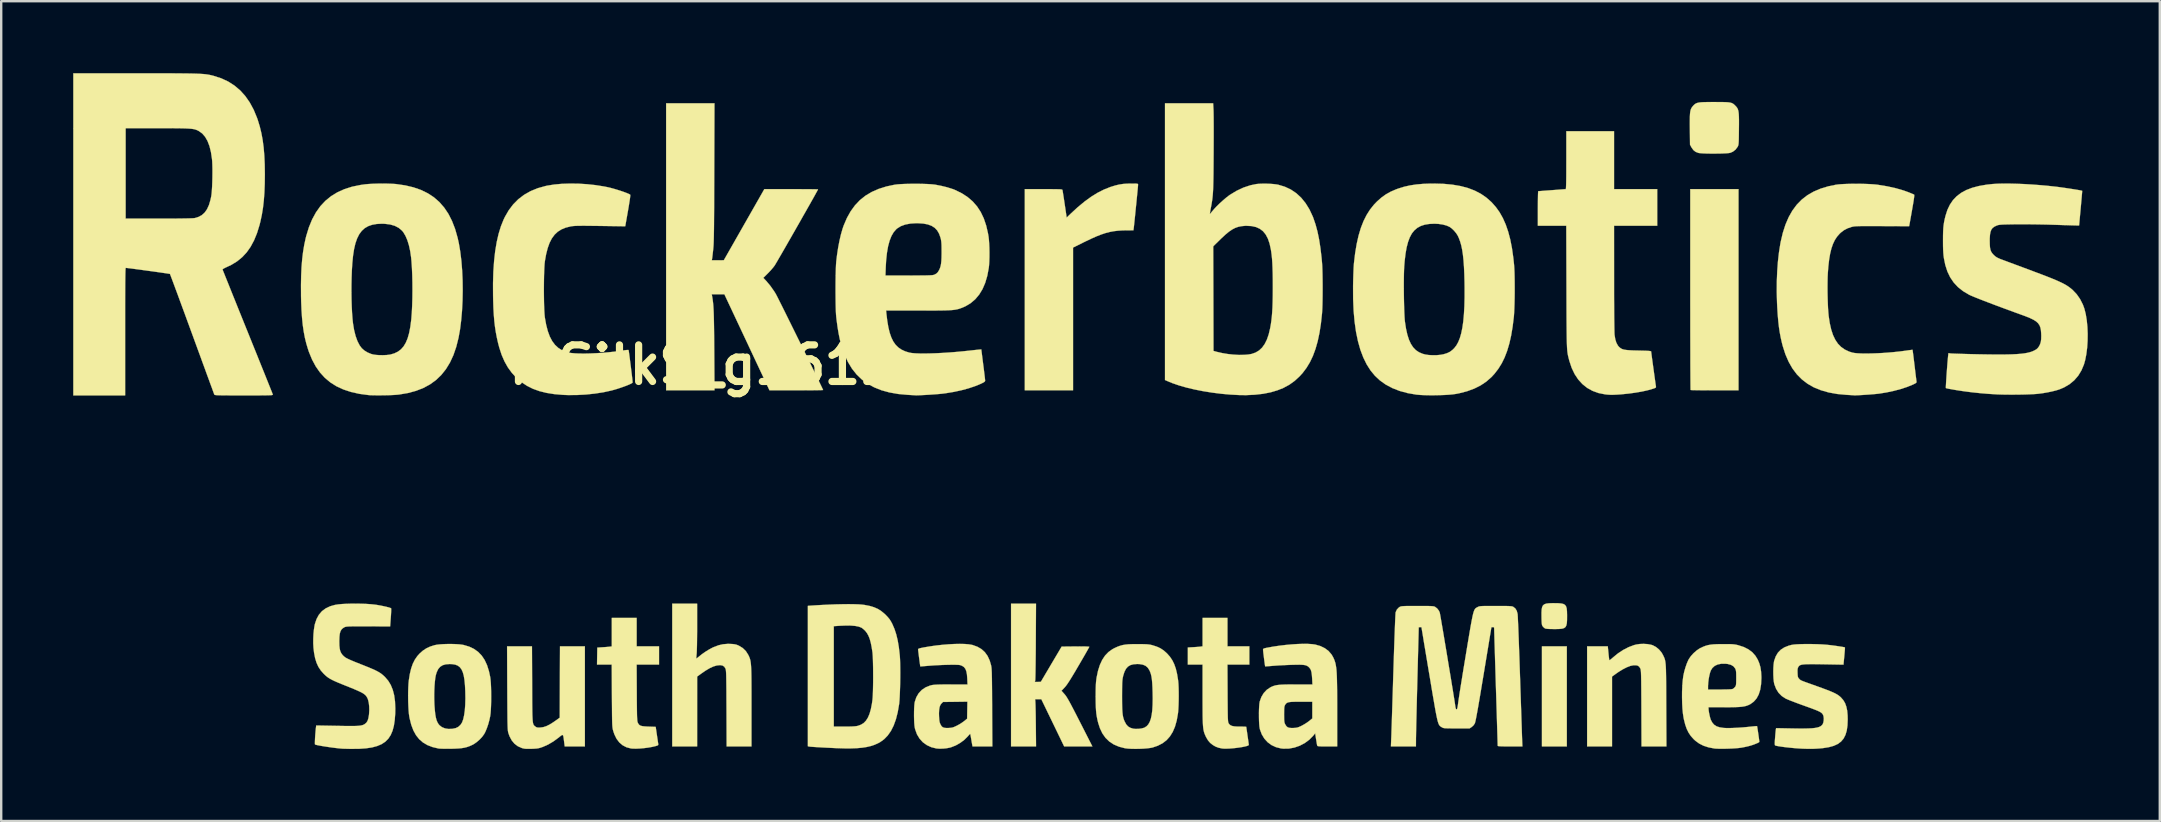
<source format=kicad_pcb>
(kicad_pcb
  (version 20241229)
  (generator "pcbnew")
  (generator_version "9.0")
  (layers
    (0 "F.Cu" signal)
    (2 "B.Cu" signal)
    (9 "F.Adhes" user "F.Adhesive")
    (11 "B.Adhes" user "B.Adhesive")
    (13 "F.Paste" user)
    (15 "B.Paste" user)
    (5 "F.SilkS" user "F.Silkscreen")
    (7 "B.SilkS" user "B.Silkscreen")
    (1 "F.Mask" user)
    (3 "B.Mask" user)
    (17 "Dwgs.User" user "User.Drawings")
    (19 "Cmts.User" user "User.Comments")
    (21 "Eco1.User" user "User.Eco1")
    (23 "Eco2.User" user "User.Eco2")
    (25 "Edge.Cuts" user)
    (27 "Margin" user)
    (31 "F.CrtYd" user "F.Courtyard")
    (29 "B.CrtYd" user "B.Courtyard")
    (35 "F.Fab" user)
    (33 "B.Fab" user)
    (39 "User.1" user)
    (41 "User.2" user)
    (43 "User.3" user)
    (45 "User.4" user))
  (footprint "F.SilkS_g1611"
    (layer "F.Cu")
    (at 26.209 12.155)
    (property "Reference" "F.SilkS_g1611" (at 0 0 0) (layer "F.SilkS") (effects (font (size 1.524 1.524) (thickness 0.3))))
    (attr through_hole)
    (fp_poly (pts (xy 36.026 15.896) (xy 34.989 15.896) (xy 34.989 11.726) (xy 36.026 11.726) (xy 36.026 15.896)) (stroke (width 0.01) (type solid)) (fill yes) (layer "F.SilkS"))
    (fp_poly (pts (xy 43.18 1.058) (xy 42.189 1.058) (xy 41.988 1.058) (xy 41.8 1.057) (xy 41.629 1.056) (xy 41.48 1.054) (xy 41.357 1.052) (xy 41.263 1.05) (xy 41.204 1.047) (xy 41.183 1.044) (xy 41.182 1.022) (xy 41.18 0.959) (xy 41.179 0.859) (xy 41.178 0.721) (xy 41.177 0.55) (xy 41.176 0.347) (xy 41.174 0.113) (xy 41.173 -0.149) (xy 41.173 -0.437) (xy 41.172 -0.749) (xy 41.171 -1.083) (xy 41.17 -1.437) (xy 41.17 -1.809) (xy 41.17 -2.198) (xy 41.169 -2.6) (xy 41.169 -3.014) (xy 41.169 -3.147) (xy 41.169 -7.324) (xy 43.18 -7.324) (xy 43.18 1.058)) (stroke (width 0.01) (type solid)) (fill yes) (layer "F.SilkS"))
    (fp_poly (pts (xy 35.657 9.929) (xy 35.785 9.939) (xy 35.881 9.96) (xy 35.949 9.998) (xy 35.993 10.057) (xy 36.02 10.143) (xy 36.032 10.26) (xy 36.036 10.412) (xy 36.036 10.467) (xy 36.035 10.631) (xy 36.027 10.758) (xy 36.007 10.853) (xy 35.972 10.92) (xy 35.916 10.964) (xy 35.834 10.99) (xy 35.722 11.002) (xy 35.574 11.006) (xy 35.492 11.006) (xy 35.335 11.004) (xy 35.218 10.998) (xy 35.143 10.988) (xy 35.118 10.98) (xy 35.069 10.944) (xy 35.023 10.894) (xy 35.022 10.894) (xy 35.005 10.868) (xy 34.993 10.837) (xy 34.985 10.794) (xy 34.979 10.731) (xy 34.975 10.642) (xy 34.972 10.519) (xy 34.972 10.492) (xy 34.971 10.323) (xy 34.978 10.191) (xy 34.997 10.092) (xy 35.032 10.022) (xy 35.088 9.975) (xy 35.169 9.946) (xy 35.279 9.932) (xy 35.422 9.927) (xy 35.491 9.927) (xy 35.657 9.929)) (stroke (width 0.01) (type solid)) (fill yes) (layer "F.SilkS"))
    (fp_poly (pts (xy 18.066 -7.555) (xy 18.117 -7.551) (xy 18.145 -7.544) (xy 18.158 -7.533) (xy 18.161 -7.516) (xy 18.161 -7.508) (xy 18.159 -7.477) (xy 18.153 -7.409) (xy 18.144 -7.311) (xy 18.132 -7.187) (xy 18.118 -7.042) (xy 18.102 -6.883) (xy 18.086 -6.715) (xy 18.068 -6.543) (xy 18.051 -6.373) (xy 18.035 -6.21) (xy 18.019 -6.06) (xy 18.005 -5.928) (xy 17.994 -5.819) (xy 17.985 -5.74) (xy 17.98 -5.699) (xy 17.968 -5.609) (xy 17.731 -5.608) (xy 17.521 -5.605) (xy 17.331 -5.593) (xy 17.152 -5.572) (xy 16.98 -5.54) (xy 16.807 -5.495) (xy 16.627 -5.435) (xy 16.433 -5.359) (xy 16.219 -5.264) (xy 15.978 -5.149) (xy 15.877 -5.1) (xy 15.452 -4.888) (xy 15.452 1.058) (xy 13.441 1.058) (xy 13.441 -7.324) (xy 14.222 -7.324) (xy 14.424 -7.324) (xy 14.589 -7.323) (xy 14.719 -7.322) (xy 14.82 -7.32) (xy 14.894 -7.318) (xy 14.945 -7.314) (xy 14.979 -7.309) (xy 14.999 -7.302) (xy 15.009 -7.294) (xy 15.012 -7.287) (xy 15.017 -7.256) (xy 15.028 -7.19) (xy 15.043 -7.094) (xy 15.062 -6.974) (xy 15.083 -6.835) (xy 15.104 -6.695) (xy 15.186 -6.14) (xy 15.356 -6.304) (xy 15.651 -6.575) (xy 15.934 -6.809) (xy 16.208 -7.008) (xy 16.476 -7.174) (xy 16.742 -7.308) (xy 17.009 -7.414) (xy 17.029 -7.42) (xy 17.209 -7.476) (xy 17.372 -7.515) (xy 17.532 -7.54) (xy 17.705 -7.553) (xy 17.87 -7.556) (xy 17.986 -7.556) (xy 18.066 -7.555)) (stroke (width 0.01) (type solid)) (fill yes) (layer "F.SilkS"))
    (fp_poly (pts (xy 42.369 -10.953) (xy 42.526 -10.952) (xy 42.652 -10.948) (xy 42.75 -10.942) (xy 42.826 -10.931) (xy 42.886 -10.916) (xy 42.933 -10.896) (xy 42.975 -10.869) (xy 43.014 -10.834) (xy 43.045 -10.804) (xy 43.086 -10.761) (xy 43.119 -10.718) (xy 43.145 -10.672) (xy 43.165 -10.616) (xy 43.18 -10.546) (xy 43.19 -10.458) (xy 43.196 -10.346) (xy 43.199 -10.206) (xy 43.199 -10.034) (xy 43.197 -9.828) (xy 43.195 -9.644) (xy 43.193 -9.497) (xy 43.191 -9.383) (xy 43.187 -9.296) (xy 43.183 -9.231) (xy 43.177 -9.183) (xy 43.169 -9.148) (xy 43.159 -9.12) (xy 43.147 -9.093) (xy 43.144 -9.089) (xy 43.059 -8.973) (xy 42.946 -8.885) (xy 42.838 -8.838) (xy 42.78 -8.828) (xy 42.688 -8.819) (xy 42.568 -8.813) (xy 42.428 -8.808) (xy 42.276 -8.806) (xy 42.119 -8.805) (xy 41.964 -8.806) (xy 41.819 -8.809) (xy 41.692 -8.815) (xy 41.589 -8.822) (xy 41.519 -8.831) (xy 41.507 -8.834) (xy 41.392 -8.879) (xy 41.303 -8.948) (xy 41.229 -9.049) (xy 41.221 -9.063) (xy 41.159 -9.176) (xy 41.152 -9.827) (xy 41.15 -10.036) (xy 41.151 -10.208) (xy 41.153 -10.347) (xy 41.159 -10.459) (xy 41.169 -10.547) (xy 41.184 -10.617) (xy 41.204 -10.673) (xy 41.23 -10.721) (xy 41.262 -10.765) (xy 41.288 -10.795) (xy 41.328 -10.837) (xy 41.369 -10.871) (xy 41.413 -10.898) (xy 41.468 -10.918) (xy 41.537 -10.933) (xy 41.626 -10.943) (xy 41.739 -10.949) (xy 41.882 -10.952) (xy 42.06 -10.954) (xy 42.175 -10.954) (xy 42.369 -10.953)) (stroke (width 0.01) (type solid)) (fill yes) (layer "F.SilkS"))
    (fp_poly (pts (xy 39.39 11.633) (xy 39.533 11.659) (xy 39.608 11.682) (xy 39.742 11.754) (xy 39.867 11.857) (xy 39.972 11.981) (xy 40.025 12.072) (xy 40.049 12.121) (xy 40.07 12.164) (xy 40.088 12.206) (xy 40.104 12.249) (xy 40.117 12.295) (xy 40.128 12.349) (xy 40.137 12.413) (xy 40.145 12.489) (xy 40.151 12.582) (xy 40.156 12.694) (xy 40.159 12.828) (xy 40.162 12.987) (xy 40.164 13.174) (xy 40.166 13.391) (xy 40.167 13.643) (xy 40.168 13.933) (xy 40.169 14.176) (xy 40.176 15.896) (xy 39.139 15.896) (xy 39.133 14.314) (xy 39.132 14.015) (xy 39.13 13.755) (xy 39.129 13.531) (xy 39.127 13.342) (xy 39.126 13.182) (xy 39.123 13.051) (xy 39.121 12.944) (xy 39.118 12.859) (xy 39.115 12.793) (xy 39.11 12.743) (xy 39.106 12.706) (xy 39.1 12.679) (xy 39.094 12.66) (xy 39.091 12.654) (xy 39.046 12.579) (xy 38.989 12.534) (xy 38.909 12.514) (xy 38.806 12.515) (xy 38.678 12.54) (xy 38.529 12.597) (xy 38.362 12.682) (xy 38.181 12.793) (xy 38.095 12.853) (xy 37.91 12.986) (xy 37.91 14.441) (xy 37.91 15.896) (xy 36.872 15.896) (xy 36.872 11.726) (xy 37.733 11.726) (xy 37.761 12.007) (xy 37.771 12.112) (xy 37.782 12.201) (xy 37.79 12.267) (xy 37.796 12.301) (xy 37.797 12.303) (xy 37.816 12.297) (xy 37.858 12.268) (xy 37.915 12.22) (xy 37.948 12.191) (xy 38.154 12.022) (xy 38.374 11.877) (xy 38.598 11.761) (xy 38.819 11.677) (xy 38.921 11.65) (xy 39.069 11.628) (xy 39.23 11.623) (xy 39.39 11.633)) (stroke (width 0.01) (type solid)) (fill yes) (layer "F.SilkS"))
    (fp_poly (pts (xy -2.731 11.726) (xy -1.799 11.726) (xy -1.799 12.488) (xy -2.732 12.488) (xy -2.726 13.658) (xy -2.725 13.913) (xy -2.723 14.13) (xy -2.721 14.311) (xy -2.719 14.46) (xy -2.717 14.581) (xy -2.714 14.677) (xy -2.71 14.751) (xy -2.706 14.807) (xy -2.701 14.848) (xy -2.694 14.878) (xy -2.687 14.9) (xy -2.685 14.905) (xy -2.655 14.96) (xy -2.62 15.001) (xy -2.572 15.03) (xy -2.505 15.049) (xy -2.411 15.061) (xy -2.284 15.069) (xy -2.235 15.071) (xy -1.938 15.081) (xy -1.891 15.399) (xy -1.874 15.515) (xy -1.858 15.622) (xy -1.845 15.71) (xy -1.836 15.769) (xy -1.834 15.783) (xy -1.83 15.82) (xy -1.84 15.844) (xy -1.872 15.861) (xy -1.935 15.88) (xy -1.944 15.883) (xy -2.089 15.917) (xy -2.253 15.946) (xy -2.428 15.968) (xy -2.6 15.983) (xy -2.76 15.99) (xy -2.898 15.987) (xy -2.971 15.98) (xy -3.155 15.932) (xy -3.316 15.848) (xy -3.455 15.729) (xy -3.571 15.575) (xy -3.662 15.388) (xy -3.709 15.247) (xy -3.718 15.211) (xy -3.727 15.176) (xy -3.733 15.138) (xy -3.739 15.094) (xy -3.744 15.039) (xy -3.748 14.97) (xy -3.751 14.884) (xy -3.754 14.777) (xy -3.756 14.646) (xy -3.758 14.487) (xy -3.759 14.297) (xy -3.761 14.071) (xy -3.763 13.807) (xy -3.763 13.785) (xy -3.77 12.488) (xy -4.383 12.488) (xy -4.377 12.134) (xy -4.371 11.779) (xy -4.117 11.762) (xy -4.013 11.755) (xy -3.921 11.747) (xy -3.851 11.74) (xy -3.815 11.735) (xy -3.768 11.726) (xy -3.768 10.541) (xy -2.731 10.541) (xy -2.731 11.726)) (stroke (width 0.01) (type solid)) (fill yes) (layer "F.SilkS"))
    (fp_poly (pts (xy -7.086 13.298) (xy -7.085 13.603) (xy -7.084 13.868) (xy -7.083 14.097) (xy -7.081 14.292) (xy -7.079 14.457) (xy -7.076 14.593) (xy -7.071 14.705) (xy -7.066 14.795) (xy -7.059 14.866) (xy -7.05 14.92) (xy -7.039 14.961) (xy -7.027 14.992) (xy -7.011 15.016) (xy -6.993 15.035) (xy -6.973 15.052) (xy -6.951 15.069) (xy -6.912 15.095) (xy -6.871 15.108) (xy -6.812 15.112) (xy -6.739 15.109) (xy -6.623 15.093) (xy -6.5 15.054) (xy -6.366 14.989) (xy -6.214 14.895) (xy -6.107 14.821) (xy -5.937 14.699) (xy -5.932 13.213) (xy -5.926 11.726) (xy -4.889 11.726) (xy -4.889 15.896) (xy -5.729 15.896) (xy -5.757 15.679) (xy -5.772 15.56) (xy -5.785 15.479) (xy -5.8 15.433) (xy -5.823 15.418) (xy -5.858 15.431) (xy -5.91 15.469) (xy -5.973 15.521) (xy -6.194 15.684) (xy -6.418 15.817) (xy -6.636 15.914) (xy -6.661 15.923) (xy -6.746 15.952) (xy -6.819 15.971) (xy -6.894 15.983) (xy -6.983 15.99) (xy -7.098 15.995) (xy -7.123 15.995) (xy -7.249 15.997) (xy -7.343 15.995) (xy -7.416 15.988) (xy -7.478 15.974) (xy -7.516 15.963) (xy -7.682 15.889) (xy -7.822 15.783) (xy -7.937 15.645) (xy -8.028 15.474) (xy -8.078 15.334) (xy -8.084 15.309) (xy -8.09 15.28) (xy -8.096 15.244) (xy -8.1 15.198) (xy -8.104 15.14) (xy -8.107 15.066) (xy -8.11 14.973) (xy -8.113 14.86) (xy -8.115 14.722) (xy -8.116 14.557) (xy -8.118 14.363) (xy -8.119 14.136) (xy -8.121 13.873) (xy -8.122 13.571) (xy -8.123 13.467) (xy -8.13 11.726) (xy -7.093 11.726) (xy -7.086 13.298)) (stroke (width 0.01) (type solid)) (fill yes) (layer "F.SilkS"))
    (fp_poly (pts (xy 13.9 11.52) (xy 13.899 11.776) (xy 13.897 12.02) (xy 13.894 12.249) (xy 13.892 12.46) (xy 13.889 12.65) (xy 13.887 12.814) (xy 13.884 12.949) (xy 13.881 13.053) (xy 13.878 13.121) (xy 13.875 13.15) (xy 13.859 13.208) (xy 13.983 13.208) (xy 14.108 13.207) (xy 14.542 12.472) (xy 14.977 11.737) (xy 15.553 11.731) (xy 15.73 11.73) (xy 15.878 11.731) (xy 15.995 11.733) (xy 16.077 11.737) (xy 16.122 11.742) (xy 16.129 11.746) (xy 16.119 11.768) (xy 16.089 11.822) (xy 16.042 11.906) (xy 15.981 12.014) (xy 15.907 12.143) (xy 15.822 12.289) (xy 15.73 12.448) (xy 15.679 12.534) (xy 15.559 12.74) (xy 15.456 12.912) (xy 15.37 13.054) (xy 15.298 13.169) (xy 15.237 13.262) (xy 15.186 13.335) (xy 15.141 13.393) (xy 15.102 13.439) (xy 15.1 13.44) (xy 14.97 13.578) (xy 15.082 13.702) (xy 15.109 13.733) (xy 15.136 13.767) (xy 15.165 13.808) (xy 15.198 13.858) (xy 15.235 13.92) (xy 15.279 13.997) (xy 15.331 14.091) (xy 15.392 14.206) (xy 15.465 14.345) (xy 15.55 14.509) (xy 15.649 14.703) (xy 15.764 14.928) (xy 15.897 15.188) (xy 15.915 15.224) (xy 16.257 15.896) (xy 15.081 15.895) (xy 14.129 13.928) (xy 13.994 13.928) (xy 13.921 13.929) (xy 13.883 13.933) (xy 13.869 13.945) (xy 13.873 13.968) (xy 13.876 13.975) (xy 13.879 14.006) (xy 13.883 14.074) (xy 13.887 14.176) (xy 13.89 14.306) (xy 13.894 14.461) (xy 13.897 14.635) (xy 13.899 14.824) (xy 13.901 14.96) (xy 13.91 15.896) (xy 12.869 15.896) (xy 12.869 9.948) (xy 13.909 9.948) (xy 13.9 11.52)) (stroke (width 0.01) (type solid)) (fill yes) (layer "F.SilkS"))
    (fp_poly (pts (xy -0.212 10.906) (xy -0.212 11.111) (xy -0.214 11.309) (xy -0.216 11.495) (xy -0.218 11.663) (xy -0.222 11.808) (xy -0.226 11.925) (xy -0.23 12.009) (xy -0.233 12.043) (xy -0.241 12.125) (xy -0.245 12.189) (xy -0.245 12.226) (xy -0.244 12.23) (xy -0.225 12.222) (xy -0.183 12.192) (xy -0.133 12.15) (xy -0.013 12.054) (xy 0.13 11.954) (xy 0.281 11.86) (xy 0.424 11.783) (xy 0.483 11.756) (xy 0.68 11.682) (xy 0.867 11.639) (xy 1.062 11.623) (xy 1.174 11.625) (xy 1.282 11.631) (xy 1.363 11.642) (xy 1.431 11.659) (xy 1.5 11.686) (xy 1.53 11.7) (xy 1.689 11.797) (xy 1.819 11.924) (xy 1.919 12.081) (xy 1.922 12.088) (xy 1.945 12.135) (xy 1.965 12.18) (xy 1.982 12.226) (xy 1.997 12.274) (xy 2.01 12.329) (xy 2.02 12.393) (xy 2.029 12.469) (xy 2.036 12.56) (xy 2.042 12.67) (xy 2.046 12.8) (xy 2.049 12.955) (xy 2.051 13.137) (xy 2.052 13.349) (xy 2.053 13.594) (xy 2.053 13.876) (xy 2.053 14.196) (xy 2.053 14.223) (xy 2.053 15.896) (xy 1.018 15.896) (xy 1.012 14.314) (xy 1.01 14.014) (xy 1.009 13.754) (xy 1.008 13.531) (xy 1.006 13.34) (xy 1.004 13.181) (xy 1.002 13.049) (xy 1 12.942) (xy 0.997 12.857) (xy 0.993 12.792) (xy 0.989 12.742) (xy 0.984 12.705) (xy 0.979 12.678) (xy 0.972 12.659) (xy 0.971 12.655) (xy 0.92 12.575) (xy 0.852 12.528) (xy 0.758 12.51) (xy 0.731 12.51) (xy 0.603 12.524) (xy 0.464 12.566) (xy 0.31 12.637) (xy 0.137 12.74) (xy -0.047 12.867) (xy -0.21 12.986) (xy -0.211 14.441) (xy -0.212 15.896) (xy -1.249 15.896) (xy -1.249 9.948) (xy -0.212 9.948) (xy -0.212 10.906)) (stroke (width 0.01) (type solid)) (fill yes) (layer "F.SilkS"))
    (fp_poly (pts (xy 21.886 11.726) (xy 22.797 11.726) (xy 22.797 12.488) (xy 21.885 12.488) (xy 21.891 13.679) (xy 21.892 13.934) (xy 21.894 14.15) (xy 21.895 14.331) (xy 21.897 14.48) (xy 21.899 14.6) (xy 21.901 14.695) (xy 21.905 14.769) (xy 21.909 14.824) (xy 21.913 14.864) (xy 21.919 14.894) (xy 21.926 14.915) (xy 21.935 14.932) (xy 21.938 14.938) (xy 21.977 14.988) (xy 22.03 15.024) (xy 22.101 15.049) (xy 22.199 15.064) (xy 22.329 15.07) (xy 22.405 15.071) (xy 22.505 15.071) (xy 22.588 15.073) (xy 22.645 15.076) (xy 22.669 15.079) (xy 22.669 15.079) (xy 22.672 15.102) (xy 22.68 15.16) (xy 22.693 15.245) (xy 22.708 15.352) (xy 22.722 15.452) (xy 22.74 15.571) (xy 22.755 15.677) (xy 22.766 15.761) (xy 22.773 15.815) (xy 22.775 15.834) (xy 22.755 15.855) (xy 22.699 15.877) (xy 22.614 15.899) (xy 22.507 15.921) (xy 22.383 15.941) (xy 22.249 15.959) (xy 22.112 15.973) (xy 21.978 15.984) (xy 21.854 15.989) (xy 21.747 15.989) (xy 21.663 15.982) (xy 21.662 15.982) (xy 21.517 15.951) (xy 21.393 15.905) (xy 21.278 15.838) (xy 21.166 15.75) (xy 21.075 15.644) (xy 20.995 15.508) (xy 20.977 15.47) (xy 20.952 15.414) (xy 20.93 15.361) (xy 20.912 15.307) (xy 20.897 15.248) (xy 20.884 15.182) (xy 20.874 15.105) (xy 20.866 15.012) (xy 20.86 14.901) (xy 20.855 14.767) (xy 20.852 14.608) (xy 20.851 14.419) (xy 20.85 14.198) (xy 20.849 13.94) (xy 20.849 13.749) (xy 20.849 12.488) (xy 20.235 12.488) (xy 20.235 11.774) (xy 20.484 11.76) (xy 20.588 11.753) (xy 20.682 11.746) (xy 20.754 11.739) (xy 20.791 11.734) (xy 20.849 11.723) (xy 20.849 10.541) (xy 21.886 10.541) (xy 21.886 11.726)) (stroke (width 0.01) (type solid)) (fill yes) (layer "F.SilkS"))
    (fp_poly (pts (xy 6.322 9.971) (xy 6.514 9.977) (xy 6.67 9.989) (xy 6.763 10.001) (xy 6.978 10.043) (xy 7.161 10.098) (xy 7.32 10.168) (xy 7.463 10.259) (xy 7.601 10.373) (xy 7.653 10.423) (xy 7.742 10.518) (xy 7.81 10.601) (xy 7.866 10.69) (xy 7.922 10.795) (xy 8.01 10.999) (xy 8.084 11.224) (xy 8.144 11.474) (xy 8.192 11.754) (xy 8.228 12.069) (xy 8.235 12.142) (xy 8.243 12.268) (xy 8.248 12.425) (xy 8.251 12.607) (xy 8.253 12.806) (xy 8.252 13.016) (xy 8.249 13.229) (xy 8.244 13.439) (xy 8.237 13.637) (xy 8.229 13.817) (xy 8.22 13.973) (xy 8.209 14.096) (xy 8.204 14.139) (xy 8.146 14.472) (xy 8.071 14.767) (xy 7.977 15.026) (xy 7.865 15.249) (xy 7.733 15.438) (xy 7.581 15.595) (xy 7.408 15.72) (xy 7.318 15.768) (xy 7.175 15.831) (xy 7.021 15.881) (xy 6.851 15.921) (xy 6.662 15.95) (xy 6.449 15.969) (xy 6.208 15.978) (xy 5.935 15.978) (xy 5.625 15.969) (xy 5.567 15.967) (xy 5.405 15.959) (xy 5.238 15.951) (xy 5.074 15.943) (xy 4.917 15.934) (xy 4.775 15.926) (xy 4.652 15.918) (xy 4.556 15.911) (xy 4.492 15.906) (xy 4.471 15.903) (xy 4.403 15.891) (xy 4.403 10.886) (xy 5.482 10.886) (xy 5.482 15.071) (xy 5.922 15.071) (xy 6.097 15.07) (xy 6.235 15.066) (xy 6.342 15.06) (xy 6.423 15.051) (xy 6.485 15.039) (xy 6.615 14.991) (xy 6.728 14.921) (xy 6.823 14.824) (xy 6.904 14.698) (xy 6.971 14.541) (xy 7.026 14.35) (xy 7.071 14.121) (xy 7.095 13.949) (xy 7.103 13.858) (xy 7.11 13.732) (xy 7.115 13.578) (xy 7.119 13.402) (xy 7.122 13.212) (xy 7.123 13.014) (xy 7.122 12.813) (xy 7.121 12.619) (xy 7.117 12.436) (xy 7.113 12.271) (xy 7.107 12.132) (xy 7.099 12.024) (xy 7.095 11.98) (xy 7.06 11.755) (xy 7.022 11.567) (xy 6.978 11.411) (xy 6.926 11.282) (xy 6.866 11.175) (xy 6.8 11.09) (xy 6.737 11.027) (xy 6.672 10.973) (xy 6.627 10.944) (xy 6.519 10.904) (xy 6.378 10.876) (xy 6.202 10.861) (xy 5.989 10.859) (xy 5.737 10.869) (xy 5.689 10.872) (xy 5.482 10.886) (xy 4.403 10.886) (xy 4.403 10.039) (xy 4.62 10.024) (xy 4.951 10.004) (xy 5.268 9.989) (xy 5.567 9.977) (xy 5.844 9.971) (xy 6.097 9.968) (xy 6.322 9.971)) (stroke (width 0.01) (type solid)) (fill yes) (layer "F.SilkS"))
    (fp_poly (pts (xy 0.502 -8.027) (xy 0.501 -7.61) (xy 0.499 -7.233) (xy 0.498 -6.893) (xy 0.497 -6.589) (xy 0.495 -6.318) (xy 0.493 -6.077) (xy 0.492 -5.866) (xy 0.49 -5.681) (xy 0.487 -5.519) (xy 0.485 -5.38) (xy 0.482 -5.26) (xy 0.479 -5.157) (xy 0.476 -5.069) (xy 0.472 -4.993) (xy 0.468 -4.928) (xy 0.463 -4.871) (xy 0.459 -4.826) (xy 0.446 -4.707) (xy 0.434 -4.598) (xy 0.423 -4.508) (xy 0.415 -4.446) (xy 0.412 -4.429) (xy 0.4 -4.36) (xy 0.65 -4.361) (xy 0.9 -4.362) (xy 1.744 -5.843) (xy 2.588 -7.324) (xy 3.707 -7.324) (xy 3.92 -7.323) (xy 4.12 -7.323) (xy 4.303 -7.322) (xy 4.464 -7.321) (xy 4.601 -7.32) (xy 4.709 -7.318) (xy 4.784 -7.316) (xy 4.822 -7.315) (xy 4.826 -7.314) (xy 4.816 -7.292) (xy 4.786 -7.237) (xy 4.739 -7.152) (xy 4.677 -7.039) (xy 4.601 -6.904) (xy 4.513 -6.747) (xy 4.415 -6.574) (xy 4.309 -6.387) (xy 4.196 -6.189) (xy 4.08 -5.983) (xy 3.96 -5.774) (xy 3.841 -5.564) (xy 3.722 -5.356) (xy 3.606 -5.154) (xy 3.495 -4.96) (xy 3.391 -4.779) (xy 3.296 -4.614) (xy 3.21 -4.467) (xy 3.138 -4.342) (xy 3.079 -4.242) (xy 3.037 -4.171) (xy 3.012 -4.131) (xy 3.009 -4.128) (xy 2.953 -4.055) (xy 2.876 -3.965) (xy 2.791 -3.873) (xy 2.729 -3.809) (xy 2.547 -3.628) (xy 2.668 -3.499) (xy 2.832 -3.304) (xy 2.994 -3.075) (xy 3.064 -2.963) (xy 3.082 -2.929) (xy 3.117 -2.862) (xy 3.167 -2.763) (xy 3.23 -2.637) (xy 3.306 -2.486) (xy 3.392 -2.313) (xy 3.487 -2.122) (xy 3.589 -1.915) (xy 3.698 -1.695) (xy 3.811 -1.466) (xy 3.927 -1.231) (xy 4.045 -0.992) (xy 4.163 -0.752) (xy 4.28 -0.516) (xy 4.393 -0.285) (xy 4.502 -0.062) (xy 4.605 0.148) (xy 4.701 0.344) (xy 4.788 0.522) (xy 4.864 0.679) (xy 4.928 0.812) (xy 4.979 0.918) (xy 5.015 0.994) (xy 5.034 1.036) (xy 5.038 1.045) (xy 5.017 1.047) (xy 4.958 1.05) (xy 4.865 1.052) (xy 4.741 1.054) (xy 4.59 1.056) (xy 4.416 1.057) (xy 4.223 1.058) (xy 4.016 1.058) (xy 3.92 1.058) (xy 2.803 1.058) (xy 1.864 -0.942) (xy 0.924 -2.942) (xy 0.397 -2.942) (xy 0.411 -2.871) (xy 0.425 -2.791) (xy 0.437 -2.71) (xy 0.448 -2.624) (xy 0.458 -2.529) (xy 0.466 -2.424) (xy 0.473 -2.304) (xy 0.479 -2.166) (xy 0.484 -2.007) (xy 0.488 -1.824) (xy 0.492 -1.614) (xy 0.495 -1.373) (xy 0.498 -1.098) (xy 0.5 -0.785) (xy 0.502 -0.587) (xy 0.512 1.058) (xy -1.503 1.058) (xy -1.503 -10.901) (xy 0.511 -10.901) (xy 0.502 -8.027)) (stroke (width 0.01) (type solid)) (fill yes) (layer "F.SilkS"))
    (fp_poly (pts (xy -10.266 11.634) (xy -10.116 11.644) (xy -9.99 11.66) (xy -9.938 11.67) (xy -9.71 11.738) (xy -9.51 11.833) (xy -9.337 11.957) (xy -9.189 12.11) (xy -9.065 12.295) (xy -8.964 12.513) (xy -8.885 12.766) (xy -8.833 13.007) (xy -8.819 13.118) (xy -8.807 13.263) (xy -8.799 13.433) (xy -8.794 13.62) (xy -8.793 13.815) (xy -8.794 14.011) (xy -8.799 14.199) (xy -8.807 14.37) (xy -8.818 14.516) (xy -8.833 14.63) (xy -8.834 14.637) (xy -8.871 14.807) (xy -8.918 14.979) (xy -8.974 15.141) (xy -9.033 15.283) (xy -9.083 15.379) (xy -9.167 15.495) (xy -9.277 15.613) (xy -9.4 15.719) (xy -9.524 15.804) (xy -9.575 15.831) (xy -9.688 15.882) (xy -9.796 15.921) (xy -9.906 15.949) (xy -10.028 15.969) (xy -10.169 15.982) (xy -10.339 15.99) (xy -10.467 15.993) (xy -10.604 15.994) (xy -10.734 15.993) (xy -10.847 15.991) (xy -10.936 15.987) (xy -10.991 15.981) (xy -10.993 15.981) (xy -11.237 15.923) (xy -11.45 15.841) (xy -11.634 15.733) (xy -11.792 15.596) (xy -11.925 15.429) (xy -12.034 15.231) (xy -12.122 14.998) (xy -12.19 14.729) (xy -12.204 14.658) (xy -12.221 14.538) (xy -12.234 14.385) (xy -12.244 14.208) (xy -12.251 14.016) (xy -12.253 13.816) (xy -12.253 13.764) (xy -11.167 13.764) (xy -11.165 13.96) (xy -11.159 14.146) (xy -11.157 14.18) (xy -11.141 14.385) (xy -11.123 14.553) (xy -11.099 14.689) (xy -11.07 14.8) (xy -11.033 14.89) (xy -10.987 14.965) (xy -10.946 15.014) (xy -10.845 15.093) (xy -10.717 15.145) (xy -10.571 15.169) (xy -10.412 15.163) (xy -10.267 15.132) (xy -10.163 15.081) (xy -10.071 14.997) (xy -10.006 14.897) (xy -9.958 14.766) (xy -9.92 14.596) (xy -9.891 14.392) (xy -9.874 14.157) (xy -9.867 13.893) (xy -9.872 13.604) (xy -9.872 13.6) (xy -9.885 13.343) (xy -9.906 13.126) (xy -9.936 12.945) (xy -9.978 12.798) (xy -10.033 12.681) (xy -10.101 12.593) (xy -10.186 12.529) (xy -10.288 12.489) (xy -10.41 12.468) (xy -10.519 12.463) (xy -10.683 12.475) (xy -10.816 12.513) (xy -10.921 12.58) (xy -11.003 12.678) (xy -11.065 12.811) (xy -11.102 12.937) (xy -11.123 13.053) (xy -11.14 13.203) (xy -11.154 13.377) (xy -11.163 13.567) (xy -11.167 13.764) (xy -12.253 13.764) (xy -12.252 13.62) (xy -12.246 13.434) (xy -12.237 13.269) (xy -12.225 13.145) (xy -12.183 12.88) (xy -12.128 12.651) (xy -12.06 12.454) (xy -11.974 12.282) (xy -11.87 12.132) (xy -11.771 12.022) (xy -11.636 11.903) (xy -11.495 11.81) (xy -11.336 11.736) (xy -11.157 11.679) (xy -11.058 11.659) (xy -10.927 11.644) (xy -10.772 11.634) (xy -10.604 11.629) (xy -10.432 11.629) (xy -10.266 11.634)) (stroke (width 0.01) (type solid)) (fill yes) (layer "F.SilkS"))
    (fp_poly (pts (xy 37.994 -7.324) (xy 39.793 -7.324) (xy 39.793 -5.8) (xy 37.994 -5.8) (xy 37.995 -3.625) (xy 37.995 -3.299) (xy 37.995 -2.987) (xy 37.996 -2.692) (xy 37.998 -2.417) (xy 37.999 -2.164) (xy 38.001 -1.935) (xy 38.004 -1.735) (xy 38.006 -1.565) (xy 38.009 -1.428) (xy 38.011 -1.328) (xy 38.014 -1.266) (xy 38.015 -1.256) (xy 38.045 -1.071) (xy 38.091 -0.922) (xy 38.155 -0.806) (xy 38.199 -0.754) (xy 38.244 -0.714) (xy 38.29 -0.682) (xy 38.345 -0.656) (xy 38.412 -0.637) (xy 38.498 -0.623) (xy 38.608 -0.613) (xy 38.746 -0.605) (xy 38.919 -0.6) (xy 39.015 -0.598) (xy 39.187 -0.594) (xy 39.32 -0.59) (xy 39.418 -0.585) (xy 39.485 -0.579) (xy 39.524 -0.572) (xy 39.539 -0.563) (xy 39.539 -0.561) (xy 39.542 -0.535) (xy 39.55 -0.473) (xy 39.562 -0.38) (xy 39.578 -0.264) (xy 39.596 -0.13) (xy 39.616 0.016) (xy 39.637 0.168) (xy 39.658 0.32) (xy 39.678 0.466) (xy 39.697 0.601) (xy 39.713 0.717) (xy 39.726 0.809) (xy 39.736 0.872) (xy 39.739 0.894) (xy 39.742 0.922) (xy 39.733 0.943) (xy 39.705 0.961) (xy 39.65 0.982) (xy 39.581 1.004) (xy 39.381 1.06) (xy 39.146 1.111) (xy 38.885 1.156) (xy 38.606 1.194) (xy 38.317 1.223) (xy 38.261 1.228) (xy 38.09 1.239) (xy 37.949 1.245) (xy 37.828 1.244) (xy 37.716 1.237) (xy 37.619 1.226) (xy 37.347 1.172) (xy 37.099 1.082) (xy 36.875 0.958) (xy 36.676 0.799) (xy 36.501 0.607) (xy 36.352 0.382) (xy 36.229 0.125) (xy 36.132 -0.165) (xy 36.12 -0.212) (xy 36.105 -0.269) (xy 36.092 -0.322) (xy 36.08 -0.372) (xy 36.069 -0.423) (xy 36.06 -0.475) (xy 36.052 -0.533) (xy 36.045 -0.598) (xy 36.039 -0.674) (xy 36.034 -0.761) (xy 36.03 -0.864) (xy 36.026 -0.985) (xy 36.023 -1.125) (xy 36.021 -1.288) (xy 36.019 -1.475) (xy 36.017 -1.691) (xy 36.015 -1.936) (xy 36.014 -2.214) (xy 36.013 -2.526) (xy 36.012 -2.877) (xy 36.011 -3.244) (xy 36.003 -5.8) (xy 34.819 -5.8) (xy 34.819 -6.519) (xy 34.82 -6.689) (xy 34.821 -6.845) (xy 34.823 -6.981) (xy 34.825 -7.093) (xy 34.829 -7.177) (xy 34.832 -7.227) (xy 34.835 -7.239) (xy 34.86 -7.241) (xy 34.921 -7.245) (xy 35.012 -7.252) (xy 35.129 -7.261) (xy 35.265 -7.271) (xy 35.401 -7.281) (xy 35.55 -7.292) (xy 35.686 -7.303) (xy 35.803 -7.311) (xy 35.894 -7.318) (xy 35.955 -7.322) (xy 35.978 -7.323) (xy 35.984 -7.332) (xy 35.989 -7.358) (xy 35.993 -7.406) (xy 35.996 -7.477) (xy 35.999 -7.574) (xy 36.001 -7.701) (xy 36.003 -7.859) (xy 36.004 -8.052) (xy 36.004 -8.282) (xy 36.005 -8.53) (xy 36.005 -9.737) (xy 37.994 -9.737) (xy 37.994 -7.324)) (stroke (width 0.01) (type solid)) (fill yes) (layer "F.SilkS"))
    (fp_poly (pts (xy 18.15 11.633) (xy 18.307 11.634) (xy 18.428 11.637) (xy 18.523 11.641) (xy 18.599 11.648) (xy 18.664 11.657) (xy 18.725 11.671) (xy 18.761 11.68) (xy 18.943 11.739) (xy 19.096 11.81) (xy 19.232 11.9) (xy 19.363 12.017) (xy 19.368 12.022) (xy 19.488 12.157) (xy 19.587 12.304) (xy 19.668 12.469) (xy 19.734 12.657) (xy 19.786 12.875) (xy 19.827 13.127) (xy 19.833 13.173) (xy 19.843 13.29) (xy 19.85 13.439) (xy 19.854 13.611) (xy 19.855 13.796) (xy 19.853 13.983) (xy 19.848 14.164) (xy 19.84 14.329) (xy 19.83 14.467) (xy 19.823 14.523) (xy 19.772 14.814) (xy 19.7 15.07) (xy 19.606 15.291) (xy 19.488 15.48) (xy 19.346 15.638) (xy 19.177 15.767) (xy 18.981 15.868) (xy 18.764 15.942) (xy 18.664 15.961) (xy 18.532 15.977) (xy 18.377 15.989) (xy 18.211 15.996) (xy 18.042 15.998) (xy 17.881 15.995) (xy 17.739 15.987) (xy 17.624 15.973) (xy 17.612 15.971) (xy 17.366 15.907) (xy 17.15 15.815) (xy 16.964 15.693) (xy 16.806 15.54) (xy 16.675 15.355) (xy 16.571 15.137) (xy 16.5 14.918) (xy 16.468 14.787) (xy 16.443 14.662) (xy 16.423 14.535) (xy 16.41 14.399) (xy 16.401 14.246) (xy 16.396 14.067) (xy 16.394 13.856) (xy 16.394 13.801) (xy 17.494 13.801) (xy 17.495 14.019) (xy 17.497 14.201) (xy 17.502 14.351) (xy 17.51 14.474) (xy 17.521 14.576) (xy 17.536 14.662) (xy 17.556 14.737) (xy 17.58 14.806) (xy 17.603 14.859) (xy 17.668 14.979) (xy 17.744 15.063) (xy 17.839 15.12) (xy 17.956 15.156) (xy 18.061 15.167) (xy 18.182 15.164) (xy 18.302 15.149) (xy 18.403 15.122) (xy 18.433 15.11) (xy 18.517 15.055) (xy 18.588 14.978) (xy 18.646 14.876) (xy 18.693 14.746) (xy 18.728 14.586) (xy 18.753 14.395) (xy 18.767 14.168) (xy 18.772 13.905) (xy 18.768 13.642) (xy 18.761 13.43) (xy 18.751 13.254) (xy 18.738 13.109) (xy 18.72 12.988) (xy 18.697 12.887) (xy 18.667 12.798) (xy 18.636 12.727) (xy 18.567 12.618) (xy 18.478 12.54) (xy 18.364 12.49) (xy 18.222 12.466) (xy 18.129 12.462) (xy 17.972 12.473) (xy 17.845 12.507) (xy 17.742 12.568) (xy 17.66 12.659) (xy 17.595 12.784) (xy 17.543 12.946) (xy 17.534 12.986) (xy 17.522 13.04) (xy 17.513 13.098) (xy 17.506 13.163) (xy 17.501 13.243) (xy 17.498 13.343) (xy 17.496 13.468) (xy 17.495 13.624) (xy 17.494 13.801) (xy 16.394 13.801) (xy 16.395 13.609) (xy 16.398 13.451) (xy 16.403 13.322) (xy 16.41 13.212) (xy 16.421 13.115) (xy 16.433 13.028) (xy 16.492 12.746) (xy 16.57 12.5) (xy 16.668 12.289) (xy 16.787 12.11) (xy 16.928 11.963) (xy 17.093 11.845) (xy 17.187 11.795) (xy 17.301 11.743) (xy 17.408 11.704) (xy 17.515 11.674) (xy 17.631 11.654) (xy 17.763 11.641) (xy 17.92 11.635) (xy 18.11 11.633) (xy 18.15 11.633)) (stroke (width 0.01) (type solid)) (fill yes) (layer "F.SilkS"))
    (fp_poly (pts (xy -5.159 -7.552) (xy -4.801 -7.53) (xy -4.447 -7.492) (xy -4.104 -7.438) (xy -3.942 -7.406) (xy -3.818 -7.377) (xy -3.682 -7.34) (xy -3.541 -7.298) (xy -3.402 -7.254) (xy -3.273 -7.21) (xy -3.16 -7.168) (xy -3.071 -7.131) (xy -3.012 -7.101) (xy -2.998 -7.09) (xy -2.996 -7.065) (xy -3.002 -7.003) (xy -3.014 -6.909) (xy -3.033 -6.787) (xy -3.056 -6.641) (xy -3.084 -6.477) (xy -3.093 -6.424) (xy -3.207 -5.776) (xy -4.255 -5.791) (xy -4.497 -5.794) (xy -4.701 -5.796) (xy -4.872 -5.798) (xy -5.012 -5.798) (xy -5.127 -5.797) (xy -5.22 -5.795) (xy -5.296 -5.792) (xy -5.359 -5.788) (xy -5.412 -5.782) (xy -5.461 -5.775) (xy -5.493 -5.769) (xy -5.693 -5.719) (xy -5.868 -5.646) (xy -6.021 -5.549) (xy -6.152 -5.425) (xy -6.265 -5.271) (xy -6.36 -5.086) (xy -6.439 -4.866) (xy -6.504 -4.611) (xy -6.555 -4.324) (xy -6.567 -4.222) (xy -6.576 -4.084) (xy -6.584 -3.916) (xy -6.59 -3.725) (xy -6.594 -3.517) (xy -6.596 -3.299) (xy -6.597 -3.076) (xy -6.595 -2.855) (xy -6.592 -2.643) (xy -6.587 -2.445) (xy -6.58 -2.268) (xy -6.571 -2.119) (xy -6.56 -2.003) (xy -6.557 -1.978) (xy -6.503 -1.676) (xy -6.435 -1.412) (xy -6.352 -1.185) (xy -6.251 -0.993) (xy -6.132 -0.834) (xy -5.993 -0.706) (xy -5.834 -0.607) (xy -5.653 -0.536) (xy -5.586 -0.518) (xy -5.464 -0.497) (xy -5.305 -0.482) (xy -5.117 -0.474) (xy -4.903 -0.472) (xy -4.669 -0.477) (xy -4.422 -0.488) (xy -4.167 -0.504) (xy -3.908 -0.526) (xy -3.653 -0.553) (xy -3.406 -0.585) (xy -3.283 -0.604) (xy -3.195 -0.616) (xy -3.124 -0.623) (xy -3.079 -0.623) (xy -3.069 -0.62) (xy -3.064 -0.597) (xy -3.054 -0.538) (xy -3.042 -0.449) (xy -3.027 -0.337) (xy -3.01 -0.207) (xy -2.992 -0.066) (xy -2.973 0.081) (xy -2.956 0.226) (xy -2.939 0.364) (xy -2.924 0.49) (xy -2.912 0.595) (xy -2.904 0.676) (xy -2.9 0.724) (xy -2.9 0.733) (xy -2.919 0.754) (xy -2.973 0.785) (xy -3.056 0.823) (xy -3.162 0.866) (xy -3.284 0.911) (xy -3.417 0.957) (xy -3.554 1.002) (xy -3.691 1.042) (xy -3.789 1.068) (xy -4.117 1.14) (xy -4.474 1.195) (xy -4.846 1.234) (xy -5.224 1.254) (xy -5.595 1.256) (xy -5.8 1.248) (xy -6.162 1.217) (xy -6.489 1.165) (xy -6.786 1.091) (xy -7.055 0.994) (xy -7.299 0.872) (xy -7.522 0.725) (xy -7.726 0.551) (xy -7.749 0.529) (xy -7.936 0.325) (xy -8.098 0.102) (xy -8.237 -0.144) (xy -8.356 -0.417) (xy -8.456 -0.723) (xy -8.506 -0.913) (xy -8.557 -1.14) (xy -8.6 -1.365) (xy -8.635 -1.594) (xy -8.663 -1.835) (xy -8.684 -2.094) (xy -8.7 -2.377) (xy -8.71 -2.693) (xy -8.714 -2.879) (xy -8.716 -3.401) (xy -8.702 -3.885) (xy -8.671 -4.333) (xy -8.625 -4.744) (xy -8.562 -5.121) (xy -8.483 -5.465) (xy -8.387 -5.777) (xy -8.274 -6.058) (xy -8.224 -6.162) (xy -8.062 -6.443) (xy -7.874 -6.691) (xy -7.661 -6.906) (xy -7.42 -7.089) (xy -7.152 -7.241) (xy -6.855 -7.363) (xy -6.528 -7.454) (xy -6.456 -7.47) (xy -6.168 -7.516) (xy -5.851 -7.545) (xy -5.512 -7.556) (xy -5.159 -7.552)) (stroke (width 0.01) (type solid)) (fill yes) (layer "F.SilkS"))
    (fp_poly (pts (xy 10.936 11.628) (xy 11.106 11.642) (xy 11.242 11.665) (xy 11.268 11.671) (xy 11.468 11.744) (xy 11.637 11.842) (xy 11.777 11.969) (xy 11.89 12.126) (xy 11.978 12.316) (xy 12.035 12.509) (xy 12.042 12.543) (xy 12.048 12.58) (xy 12.054 12.625) (xy 12.058 12.68) (xy 12.062 12.749) (xy 12.066 12.834) (xy 12.068 12.939) (xy 12.071 13.066) (xy 12.073 13.22) (xy 12.075 13.402) (xy 12.077 13.616) (xy 12.078 13.865) (xy 12.08 14.152) (xy 12.08 14.282) (xy 12.089 15.896) (xy 11.264 15.896) (xy 11.252 15.838) (xy 11.244 15.792) (xy 11.23 15.716) (xy 11.215 15.625) (xy 11.207 15.579) (xy 11.192 15.492) (xy 11.179 15.423) (xy 11.169 15.38) (xy 11.167 15.372) (xy 11.151 15.383) (xy 11.116 15.42) (xy 11.07 15.473) (xy 11.069 15.474) (xy 10.925 15.619) (xy 10.751 15.749) (xy 10.562 15.856) (xy 10.368 15.932) (xy 10.319 15.946) (xy 10.178 15.973) (xy 10.025 15.988) (xy 9.876 15.99) (xy 9.757 15.981) (xy 9.545 15.928) (xy 9.356 15.84) (xy 9.191 15.72) (xy 9.055 15.569) (xy 8.948 15.391) (xy 8.874 15.186) (xy 8.858 15.122) (xy 8.845 15.032) (xy 8.835 14.912) (xy 8.829 14.77) (xy 8.826 14.617) (xy 8.827 14.517) (xy 9.865 14.517) (xy 9.868 14.637) (xy 9.874 14.753) (xy 9.883 14.838) (xy 9.898 14.904) (xy 9.92 14.961) (xy 9.925 14.971) (xy 9.967 15.045) (xy 10.016 15.093) (xy 10.079 15.119) (xy 10.167 15.129) (xy 10.26 15.128) (xy 10.351 15.122) (xy 10.423 15.11) (xy 10.493 15.087) (xy 10.576 15.049) (xy 10.609 15.033) (xy 10.708 14.98) (xy 10.81 14.916) (xy 10.898 14.854) (xy 10.911 14.844) (xy 11.038 14.741) (xy 11.05 14.031) (xy 10.543 14.038) (xy 10.036 14.044) (xy 9.972 14.105) (xy 9.924 14.169) (xy 9.891 14.255) (xy 9.872 14.37) (xy 9.865 14.517) (xy 8.827 14.517) (xy 8.827 14.462) (xy 8.831 14.314) (xy 8.839 14.184) (xy 8.85 14.081) (xy 8.858 14.038) (xy 8.923 13.845) (xy 9.02 13.68) (xy 9.148 13.543) (xy 9.305 13.437) (xy 9.49 13.362) (xy 9.551 13.346) (xy 9.601 13.336) (xy 9.666 13.329) (xy 9.75 13.323) (xy 9.858 13.319) (xy 9.995 13.316) (xy 10.165 13.315) (xy 10.369 13.314) (xy 11.055 13.314) (xy 11.044 13.065) (xy 11.031 12.896) (xy 11.005 12.764) (xy 10.965 12.663) (xy 10.907 12.59) (xy 10.829 12.538) (xy 10.746 12.507) (xy 10.694 12.5) (xy 10.605 12.495) (xy 10.487 12.493) (xy 10.344 12.494) (xy 10.185 12.497) (xy 10.014 12.502) (xy 9.839 12.51) (xy 9.665 12.519) (xy 9.498 12.531) (xy 9.398 12.539) (xy 9.289 12.548) (xy 9.197 12.556) (xy 9.129 12.561) (xy 9.092 12.564) (xy 9.088 12.564) (xy 9.084 12.544) (xy 9.076 12.49) (xy 9.065 12.41) (xy 9.052 12.314) (xy 9.038 12.209) (xy 9.025 12.104) (xy 9.013 12.007) (xy 9.003 11.926) (xy 8.997 11.871) (xy 8.996 11.85) (xy 9.004 11.833) (xy 9.034 11.817) (xy 9.09 11.801) (xy 9.18 11.782) (xy 9.234 11.771) (xy 9.494 11.727) (xy 9.757 11.69) (xy 10.019 11.662) (xy 10.273 11.641) (xy 10.514 11.628) (xy 10.737 11.624) (xy 10.936 11.628)) (stroke (width 0.01) (type solid)) (fill yes) (layer "F.SilkS"))
    (fp_poly (pts (xy -13.126 -7.554) (xy -12.945 -7.548) (xy -12.792 -7.539) (xy -12.747 -7.535) (xy -12.372 -7.48) (xy -12.029 -7.398) (xy -11.716 -7.289) (xy -11.433 -7.151) (xy -11.178 -6.984) (xy -10.951 -6.785) (xy -10.751 -6.556) (xy -10.575 -6.294) (xy -10.425 -5.998) (xy -10.297 -5.668) (xy -10.193 -5.303) (xy -10.14 -5.066) (xy -10.081 -4.719) (xy -10.035 -4.34) (xy -10.003 -3.938) (xy -9.984 -3.521) (xy -9.979 -3.096) (xy -9.987 -2.672) (xy -10.008 -2.256) (xy -10.043 -1.857) (xy -10.09 -1.482) (xy -10.152 -1.139) (xy -10.153 -1.133) (xy -10.248 -0.754) (xy -10.366 -0.41) (xy -10.509 -0.101) (xy -10.678 0.176) (xy -10.872 0.419) (xy -11.093 0.631) (xy -11.342 0.811) (xy -11.619 0.961) (xy -11.925 1.08) (xy -12.26 1.171) (xy -12.626 1.233) (xy -12.668 1.238) (xy -12.772 1.247) (xy -12.906 1.255) (xy -13.062 1.261) (xy -13.231 1.265) (xy -13.402 1.267) (xy -13.566 1.267) (xy -13.714 1.265) (xy -13.837 1.261) (xy -13.906 1.256) (xy -14.287 1.205) (xy -14.634 1.127) (xy -14.95 1.023) (xy -15.235 0.892) (xy -15.492 0.731) (xy -15.721 0.54) (xy -15.923 0.319) (xy -16.101 0.066) (xy -16.255 -0.22) (xy -16.387 -0.541) (xy -16.424 -0.651) (xy -16.495 -0.887) (xy -16.555 -1.131) (xy -16.604 -1.389) (xy -16.644 -1.665) (xy -16.674 -1.965) (xy -16.696 -2.293) (xy -16.711 -2.655) (xy -16.716 -2.889) (xy -16.716 -3.023) (xy -14.616 -3.023) (xy -14.612 -2.72) (xy -14.603 -2.43) (xy -14.589 -2.16) (xy -14.571 -1.919) (xy -14.552 -1.741) (xy -14.505 -1.455) (xy -14.442 -1.205) (xy -14.365 -0.991) (xy -14.274 -0.815) (xy -14.186 -0.697) (xy -14.079 -0.602) (xy -13.944 -0.519) (xy -13.794 -0.457) (xy -13.71 -0.434) (xy -13.593 -0.417) (xy -13.451 -0.407) (xy -13.298 -0.406) (xy -13.15 -0.412) (xy -13.025 -0.427) (xy -12.995 -0.432) (xy -12.827 -0.481) (xy -12.679 -0.553) (xy -12.551 -0.649) (xy -12.442 -0.773) (xy -12.35 -0.927) (xy -12.273 -1.112) (xy -12.211 -1.331) (xy -12.162 -1.586) (xy -12.124 -1.88) (xy -12.119 -1.931) (xy -12.099 -2.19) (xy -12.085 -2.479) (xy -12.076 -2.789) (xy -12.073 -3.109) (xy -12.075 -3.43) (xy -12.082 -3.744) (xy -12.095 -4.041) (xy -12.113 -4.312) (xy -12.129 -4.48) (xy -12.167 -4.74) (xy -12.219 -4.979) (xy -12.285 -5.193) (xy -12.363 -5.376) (xy -12.452 -5.525) (xy -12.508 -5.594) (xy -12.643 -5.709) (xy -12.807 -5.795) (xy -13.003 -5.852) (xy -13.229 -5.88) (xy -13.346 -5.884) (xy -13.56 -5.873) (xy -13.75 -5.84) (xy -13.917 -5.782) (xy -14.062 -5.698) (xy -14.186 -5.585) (xy -14.292 -5.443) (xy -14.379 -5.269) (xy -14.451 -5.062) (xy -14.507 -4.819) (xy -14.55 -4.539) (xy -14.581 -4.22) (xy -14.581 -4.212) (xy -14.598 -3.933) (xy -14.609 -3.637) (xy -14.615 -3.331) (xy -14.616 -3.023) (xy -16.716 -3.023) (xy -16.718 -3.318) (xy -16.711 -3.709) (xy -16.695 -4.068) (xy -16.668 -4.4) (xy -16.631 -4.708) (xy -16.583 -4.997) (xy -16.524 -5.272) (xy -16.498 -5.376) (xy -16.387 -5.737) (xy -16.253 -6.063) (xy -16.094 -6.355) (xy -15.911 -6.613) (xy -15.701 -6.838) (xy -15.464 -7.031) (xy -15.2 -7.193) (xy -14.906 -7.325) (xy -14.584 -7.427) (xy -14.231 -7.499) (xy -14.044 -7.525) (xy -13.896 -7.538) (xy -13.719 -7.548) (xy -13.524 -7.554) (xy -13.323 -7.556) (xy -13.126 -7.554)) (stroke (width 0.01) (type solid)) (fill yes) (layer "F.SilkS"))
    (fp_poly (pts (xy 46.286 11.633) (xy 46.476 11.638) (xy 46.659 11.646) (xy 46.826 11.658) (xy 46.957 11.671) (xy 47.093 11.687) (xy 47.226 11.705) (xy 47.349 11.723) (xy 47.457 11.74) (xy 47.542 11.754) (xy 47.597 11.766) (xy 47.615 11.773) (xy 47.615 11.795) (xy 47.612 11.852) (xy 47.605 11.937) (xy 47.596 12.044) (xy 47.588 12.134) (xy 47.554 12.489) (xy 46.748 12.475) (xy 46.515 12.471) (xy 46.321 12.469) (xy 46.162 12.469) (xy 46.033 12.471) (xy 45.931 12.476) (xy 45.852 12.484) (xy 45.793 12.495) (xy 45.749 12.511) (xy 45.717 12.531) (xy 45.693 12.555) (xy 45.675 12.581) (xy 45.654 12.622) (xy 45.642 12.67) (xy 45.638 12.736) (xy 45.64 12.831) (xy 45.644 12.922) (xy 45.651 12.982) (xy 45.664 13.023) (xy 45.687 13.057) (xy 45.707 13.078) (xy 45.724 13.097) (xy 45.739 13.112) (xy 45.757 13.126) (xy 45.781 13.14) (xy 45.816 13.157) (xy 45.866 13.178) (xy 45.935 13.204) (xy 46.028 13.238) (xy 46.149 13.281) (xy 46.302 13.336) (xy 46.45 13.389) (xy 46.664 13.466) (xy 46.841 13.532) (xy 46.987 13.589) (xy 47.106 13.639) (xy 47.203 13.685) (xy 47.282 13.728) (xy 47.348 13.771) (xy 47.404 13.815) (xy 47.449 13.856) (xy 47.545 13.967) (xy 47.619 14.091) (xy 47.672 14.236) (xy 47.708 14.405) (xy 47.726 14.606) (xy 47.73 14.774) (xy 47.72 15.022) (xy 47.69 15.235) (xy 47.636 15.417) (xy 47.557 15.57) (xy 47.451 15.695) (xy 47.315 15.795) (xy 47.147 15.872) (xy 46.945 15.928) (xy 46.707 15.966) (xy 46.546 15.981) (xy 46.413 15.99) (xy 46.297 15.995) (xy 46.184 15.997) (xy 46.062 15.996) (xy 45.919 15.992) (xy 45.815 15.988) (xy 45.686 15.98) (xy 45.543 15.97) (xy 45.393 15.956) (xy 45.242 15.94) (xy 45.098 15.924) (xy 44.966 15.906) (xy 44.854 15.889) (xy 44.768 15.873) (xy 44.716 15.859) (xy 44.706 15.855) (xy 44.696 15.839) (xy 44.691 15.804) (xy 44.69 15.744) (xy 44.695 15.652) (xy 44.704 15.534) (xy 44.713 15.421) (xy 44.722 15.32) (xy 44.73 15.24) (xy 44.736 15.191) (xy 44.737 15.182) (xy 44.747 15.135) (xy 45.419 15.148) (xy 45.677 15.152) (xy 45.896 15.152) (xy 46.08 15.148) (xy 46.233 15.141) (xy 46.357 15.128) (xy 46.457 15.11) (xy 46.536 15.087) (xy 46.598 15.057) (xy 46.645 15.021) (xy 46.68 14.982) (xy 46.711 14.914) (xy 46.729 14.822) (xy 46.733 14.723) (xy 46.721 14.634) (xy 46.717 14.621) (xy 46.701 14.581) (xy 46.681 14.545) (xy 46.652 14.512) (xy 46.611 14.48) (xy 46.553 14.446) (xy 46.474 14.409) (xy 46.37 14.367) (xy 46.237 14.316) (xy 46.072 14.256) (xy 45.922 14.202) (xy 45.758 14.143) (xy 45.601 14.085) (xy 45.457 14.03) (xy 45.332 13.982) (xy 45.232 13.941) (xy 45.163 13.911) (xy 45.142 13.901) (xy 44.979 13.794) (xy 44.848 13.66) (xy 44.747 13.498) (xy 44.673 13.305) (xy 44.669 13.291) (xy 44.651 13.195) (xy 44.638 13.068) (xy 44.631 12.922) (xy 44.629 12.767) (xy 44.633 12.615) (xy 44.643 12.477) (xy 44.658 12.364) (xy 44.668 12.321) (xy 44.733 12.14) (xy 44.823 11.989) (xy 44.941 11.867) (xy 45.089 11.771) (xy 45.27 11.699) (xy 45.385 11.668) (xy 45.471 11.654) (xy 45.593 11.643) (xy 45.742 11.636) (xy 45.912 11.632) (xy 46.096 11.631) (xy 46.286 11.633)) (stroke (width 0.01) (type solid)) (fill yes) (layer "F.SilkS"))
    (fp_poly (pts (xy 21.304 -10.62) (xy 21.306 -10.552) (xy 21.308 -10.446) (xy 21.31 -10.306) (xy 21.311 -10.136) (xy 21.312 -9.94) (xy 21.312 -9.723) (xy 21.312 -9.488) (xy 21.311 -9.241) (xy 21.31 -8.984) (xy 21.309 -8.795) (xy 21.307 -8.483) (xy 21.305 -8.209) (xy 21.303 -7.971) (xy 21.3 -7.764) (xy 21.296 -7.584) (xy 21.292 -7.428) (xy 21.287 -7.292) (xy 21.28 -7.173) (xy 21.272 -7.067) (xy 21.262 -6.969) (xy 21.251 -6.877) (xy 21.237 -6.787) (xy 21.222 -6.694) (xy 21.204 -6.596) (xy 21.189 -6.52) (xy 21.172 -6.429) (xy 21.16 -6.355) (xy 21.153 -6.307) (xy 21.153 -6.293) (xy 21.169 -6.304) (xy 21.202 -6.342) (xy 21.247 -6.398) (xy 21.25 -6.401) (xy 21.332 -6.497) (xy 21.438 -6.61) (xy 21.561 -6.73) (xy 21.691 -6.848) (xy 21.818 -6.957) (xy 21.934 -7.048) (xy 21.982 -7.083) (xy 22.264 -7.254) (xy 22.552 -7.389) (xy 22.842 -7.485) (xy 23.089 -7.536) (xy 23.204 -7.547) (xy 23.346 -7.552) (xy 23.503 -7.552) (xy 23.662 -7.546) (xy 23.812 -7.535) (xy 23.939 -7.519) (xy 24.004 -7.507) (xy 24.276 -7.425) (xy 24.526 -7.308) (xy 24.753 -7.155) (xy 24.958 -6.966) (xy 25.14 -6.741) (xy 25.301 -6.481) (xy 25.44 -6.184) (xy 25.464 -6.122) (xy 25.556 -5.854) (xy 25.636 -5.557) (xy 25.704 -5.229) (xy 25.76 -4.867) (xy 25.807 -4.468) (xy 25.827 -4.244) (xy 25.835 -4.116) (xy 25.841 -3.955) (xy 25.846 -3.767) (xy 25.849 -3.56) (xy 25.851 -3.342) (xy 25.851 -3.119) (xy 25.85 -2.899) (xy 25.847 -2.689) (xy 25.843 -2.497) (xy 25.837 -2.329) (xy 25.829 -2.194) (xy 25.826 -2.148) (xy 25.78 -1.724) (xy 25.72 -1.337) (xy 25.645 -0.985) (xy 25.554 -0.665) (xy 25.447 -0.376) (xy 25.323 -0.115) (xy 25.18 0.122) (xy 25.018 0.337) (xy 24.894 0.473) (xy 24.685 0.666) (xy 24.462 0.826) (xy 24.217 0.958) (xy 23.971 1.057) (xy 23.688 1.141) (xy 23.373 1.203) (xy 23.03 1.242) (xy 22.665 1.259) (xy 22.384 1.256) (xy 22.006 1.236) (xy 21.624 1.202) (xy 21.244 1.154) (xy 20.872 1.094) (xy 20.513 1.023) (xy 20.175 0.943) (xy 19.862 0.853) (xy 19.581 0.756) (xy 19.405 0.683) (xy 19.283 0.629) (xy 19.283 -4.941) (xy 21.293 -4.941) (xy 21.299 -2.762) (xy 21.304 -0.583) (xy 21.442 -0.545) (xy 21.659 -0.495) (xy 21.889 -0.456) (xy 22.122 -0.43) (xy 22.349 -0.417) (xy 22.562 -0.418) (xy 22.752 -0.433) (xy 22.89 -0.457) (xy 23.055 -0.514) (xy 23.201 -0.601) (xy 23.328 -0.719) (xy 23.437 -0.87) (xy 23.529 -1.055) (xy 23.605 -1.276) (xy 23.666 -1.535) (xy 23.694 -1.693) (xy 23.717 -1.855) (xy 23.736 -2.023) (xy 23.75 -2.204) (xy 23.762 -2.402) (xy 23.769 -2.624) (xy 23.774 -2.875) (xy 23.776 -3.161) (xy 23.776 -3.281) (xy 23.775 -3.575) (xy 23.771 -3.832) (xy 23.764 -4.056) (xy 23.755 -4.254) (xy 23.743 -4.429) (xy 23.727 -4.587) (xy 23.707 -4.733) (xy 23.695 -4.806) (xy 23.642 -5.052) (xy 23.571 -5.26) (xy 23.48 -5.432) (xy 23.369 -5.569) (xy 23.235 -5.672) (xy 23.077 -5.744) (xy 22.894 -5.785) (xy 22.684 -5.796) (xy 22.617 -5.795) (xy 22.47 -5.781) (xy 22.335 -5.754) (xy 22.206 -5.708) (xy 22.079 -5.641) (xy 21.946 -5.55) (xy 21.802 -5.431) (xy 21.641 -5.282) (xy 21.596 -5.238) (xy 21.293 -4.941) (xy 19.283 -4.941) (xy 19.283 -10.901) (xy 21.289 -10.901) (xy 21.304 -10.62)) (stroke (width 0.01) (type solid)) (fill yes) (layer "F.SilkS"))
    (fp_poly (pts (xy 42.68 11.633) (xy 42.803 11.634) (xy 42.898 11.637) (xy 42.976 11.643) (xy 43.042 11.652) (xy 43.106 11.664) (xy 43.167 11.679) (xy 43.396 11.753) (xy 43.592 11.851) (xy 43.755 11.973) (xy 43.887 12.122) (xy 43.984 12.285) (xy 44.048 12.438) (xy 44.093 12.598) (xy 44.12 12.773) (xy 44.132 12.976) (xy 44.133 13.049) (xy 44.12 13.31) (xy 44.083 13.538) (xy 44.021 13.733) (xy 43.933 13.896) (xy 43.818 14.028) (xy 43.678 14.131) (xy 43.618 14.162) (xy 43.554 14.189) (xy 43.488 14.211) (xy 43.412 14.228) (xy 43.324 14.242) (xy 43.217 14.252) (xy 43.086 14.258) (xy 42.928 14.263) (xy 42.736 14.265) (xy 42.55 14.266) (xy 41.931 14.266) (xy 41.931 14.328) (xy 41.937 14.4) (xy 41.952 14.497) (xy 41.974 14.603) (xy 41.998 14.702) (xy 42.022 14.778) (xy 42.025 14.786) (xy 42.088 14.904) (xy 42.166 14.994) (xy 42.267 15.059) (xy 42.395 15.101) (xy 42.555 15.125) (xy 42.642 15.13) (xy 42.782 15.132) (xy 42.954 15.127) (xy 43.149 15.118) (xy 43.356 15.104) (xy 43.565 15.085) (xy 43.736 15.067) (xy 43.825 15.058) (xy 43.896 15.052) (xy 43.942 15.051) (xy 43.953 15.053) (xy 43.958 15.075) (xy 43.967 15.13) (xy 43.98 15.21) (xy 43.994 15.305) (xy 44.009 15.407) (xy 44.023 15.507) (xy 44.035 15.595) (xy 44.044 15.664) (xy 44.048 15.705) (xy 44.048 15.708) (xy 44.029 15.725) (xy 43.979 15.752) (xy 43.906 15.783) (xy 43.82 15.817) (xy 43.729 15.848) (xy 43.646 15.873) (xy 43.548 15.897) (xy 43.43 15.923) (xy 43.314 15.945) (xy 43.286 15.95) (xy 43.185 15.963) (xy 43.054 15.974) (xy 42.905 15.983) (xy 42.745 15.989) (xy 42.586 15.993) (xy 42.436 15.993) (xy 42.304 15.991) (xy 42.202 15.985) (xy 42.169 15.981) (xy 41.929 15.935) (xy 41.721 15.867) (xy 41.539 15.775) (xy 41.379 15.657) (xy 41.307 15.59) (xy 41.192 15.461) (xy 41.098 15.321) (xy 41.021 15.164) (xy 40.958 14.981) (xy 40.904 14.766) (xy 40.891 14.7) (xy 40.864 14.525) (xy 40.844 14.319) (xy 40.832 14.091) (xy 40.827 13.851) (xy 40.828 13.609) (xy 40.832 13.525) (xy 41.91 13.525) (xy 42.402 13.525) (xy 42.583 13.524) (xy 42.724 13.521) (xy 42.829 13.517) (xy 42.9 13.51) (xy 42.941 13.501) (xy 42.945 13.499) (xy 42.994 13.463) (xy 43.04 13.413) (xy 43.04 13.413) (xy 43.058 13.386) (xy 43.07 13.355) (xy 43.078 13.311) (xy 43.082 13.249) (xy 43.084 13.158) (xy 43.085 13.042) (xy 43.084 12.917) (xy 43.082 12.826) (xy 43.076 12.761) (xy 43.067 12.713) (xy 43.053 12.673) (xy 43.04 12.647) (xy 42.971 12.56) (xy 42.868 12.498) (xy 42.732 12.461) (xy 42.644 12.451) (xy 42.461 12.452) (xy 42.308 12.483) (xy 42.184 12.543) (xy 42.087 12.633) (xy 42.028 12.73) (xy 41.994 12.823) (xy 41.963 12.947) (xy 41.937 13.087) (xy 41.919 13.232) (xy 41.91 13.368) (xy 41.91 13.393) (xy 41.91 13.525) (xy 40.832 13.525) (xy 40.838 13.376) (xy 40.854 13.161) (xy 40.878 12.974) (xy 40.883 12.944) (xy 40.919 12.779) (xy 40.967 12.611) (xy 41.022 12.451) (xy 41.081 12.314) (xy 41.111 12.256) (xy 41.193 12.137) (xy 41.301 12.017) (xy 41.424 11.907) (xy 41.548 11.821) (xy 41.596 11.795) (xy 41.705 11.744) (xy 41.806 11.705) (xy 41.908 11.676) (xy 42.018 11.656) (xy 42.144 11.643) (xy 42.295 11.636) (xy 42.479 11.633) (xy 42.524 11.633) (xy 42.68 11.633)) (stroke (width 0.01) (type solid)) (fill yes) (layer "F.SilkS"))
    (fp_poly (pts (xy 25.245 11.624) (xy 25.418 11.635) (xy 25.544 11.653) (xy 25.758 11.714) (xy 25.943 11.804) (xy 26.099 11.921) (xy 26.223 12.065) (xy 26.287 12.176) (xy 26.317 12.239) (xy 26.343 12.301) (xy 26.365 12.366) (xy 26.385 12.435) (xy 26.401 12.513) (xy 26.415 12.602) (xy 26.427 12.706) (xy 26.436 12.828) (xy 26.443 12.97) (xy 26.448 13.136) (xy 26.452 13.329) (xy 26.455 13.551) (xy 26.457 13.807) (xy 26.458 14.099) (xy 26.458 14.43) (xy 26.458 15.896) (xy 26.047 15.896) (xy 25.905 15.896) (xy 25.799 15.895) (xy 25.724 15.892) (xy 25.675 15.887) (xy 25.646 15.881) (xy 25.631 15.871) (xy 25.625 15.859) (xy 25.617 15.824) (xy 25.605 15.757) (xy 25.591 15.669) (xy 25.577 15.586) (xy 25.541 15.35) (xy 25.46 15.449) (xy 25.296 15.617) (xy 25.106 15.757) (xy 24.897 15.867) (xy 24.675 15.944) (xy 24.446 15.986) (xy 24.216 15.99) (xy 24.114 15.979) (xy 23.907 15.927) (xy 23.721 15.84) (xy 23.558 15.72) (xy 23.422 15.569) (xy 23.315 15.392) (xy 23.24 15.189) (xy 23.231 15.153) (xy 23.218 15.071) (xy 23.208 14.958) (xy 23.201 14.821) (xy 23.198 14.671) (xy 23.198 14.563) (xy 24.246 14.563) (xy 24.247 14.69) (xy 24.249 14.783) (xy 24.254 14.85) (xy 24.262 14.899) (xy 24.274 14.938) (xy 24.292 14.975) (xy 24.294 14.98) (xy 24.339 15.05) (xy 24.391 15.096) (xy 24.459 15.121) (xy 24.553 15.129) (xy 24.632 15.128) (xy 24.723 15.122) (xy 24.795 15.11) (xy 24.864 15.087) (xy 24.948 15.05) (xy 24.981 15.033) (xy 25.081 14.978) (xy 25.186 14.912) (xy 25.275 14.849) (xy 25.289 14.838) (xy 25.421 14.73) (xy 25.421 14.034) (xy 24.943 14.034) (xy 24.77 14.034) (xy 24.635 14.037) (xy 24.531 14.042) (xy 24.453 14.052) (xy 24.396 14.067) (xy 24.354 14.088) (xy 24.322 14.117) (xy 24.295 14.154) (xy 24.288 14.166) (xy 24.272 14.197) (xy 24.26 14.234) (xy 24.253 14.284) (xy 24.249 14.354) (xy 24.247 14.453) (xy 24.246 14.563) (xy 23.198 14.563) (xy 23.197 14.516) (xy 23.2 14.366) (xy 23.207 14.23) (xy 23.216 14.116) (xy 23.229 14.033) (xy 23.231 14.024) (xy 23.3 13.834) (xy 23.398 13.671) (xy 23.525 13.536) (xy 23.677 13.434) (xy 23.683 13.431) (xy 23.746 13.401) (xy 23.808 13.377) (xy 23.873 13.357) (xy 23.948 13.342) (xy 24.036 13.331) (xy 24.143 13.323) (xy 24.275 13.318) (xy 24.437 13.315) (xy 24.633 13.314) (xy 24.742 13.314) (xy 25.427 13.314) (xy 25.415 13.076) (xy 25.404 12.93) (xy 25.39 12.819) (xy 25.369 12.735) (xy 25.339 12.67) (xy 25.299 12.617) (xy 25.285 12.602) (xy 25.245 12.566) (xy 25.201 12.538) (xy 25.148 12.517) (xy 25.081 12.503) (xy 24.995 12.495) (xy 24.882 12.491) (xy 24.739 12.493) (xy 24.559 12.497) (xy 24.553 12.497) (xy 24.391 12.503) (xy 24.22 12.511) (xy 24.053 12.519) (xy 23.902 12.529) (xy 23.781 12.538) (xy 23.77 12.539) (xy 23.661 12.548) (xy 23.569 12.555) (xy 23.5 12.56) (xy 23.462 12.562) (xy 23.458 12.562) (xy 23.453 12.541) (xy 23.444 12.486) (xy 23.433 12.406) (xy 23.42 12.31) (xy 23.407 12.205) (xy 23.394 12.101) (xy 23.382 12.006) (xy 23.374 11.928) (xy 23.369 11.876) (xy 23.368 11.862) (xy 23.373 11.838) (xy 23.393 11.821) (xy 23.436 11.806) (xy 23.509 11.789) (xy 23.543 11.783) (xy 23.795 11.737) (xy 24.055 11.699) (xy 24.316 11.668) (xy 24.571 11.645) (xy 24.815 11.629) (xy 25.042 11.622) (xy 25.245 11.624)) (stroke (width 0.01) (type solid)) (fill yes) (layer "F.SilkS"))
    (fp_poly (pts (xy 48.284 -7.546) (xy 48.485 -7.541) (xy 48.671 -7.533) (xy 48.836 -7.522) (xy 48.971 -7.508) (xy 48.977 -7.507) (xy 49.378 -7.441) (xy 49.739 -7.361) (xy 50.062 -7.267) (xy 50.256 -7.197) (xy 50.346 -7.161) (xy 50.423 -7.129) (xy 50.476 -7.106) (xy 50.497 -7.096) (xy 50.501 -7.088) (xy 50.503 -7.07) (xy 50.502 -7.038) (xy 50.497 -6.99) (xy 50.488 -6.923) (xy 50.475 -6.833) (xy 50.456 -6.718) (xy 50.431 -6.575) (xy 50.401 -6.4) (xy 50.364 -6.191) (xy 50.32 -5.944) (xy 50.302 -5.847) (xy 50.29 -5.779) (xy 49.164 -5.784) (xy 48.914 -5.785) (xy 48.702 -5.786) (xy 48.526 -5.786) (xy 48.38 -5.785) (xy 48.261 -5.784) (xy 48.166 -5.781) (xy 48.091 -5.778) (xy 48.032 -5.774) (xy 47.984 -5.769) (xy 47.946 -5.762) (xy 47.911 -5.754) (xy 47.9 -5.752) (xy 47.727 -5.693) (xy 47.581 -5.618) (xy 47.449 -5.518) (xy 47.39 -5.463) (xy 47.284 -5.341) (xy 47.193 -5.202) (xy 47.116 -5.04) (xy 47.051 -4.853) (xy 46.998 -4.637) (xy 46.956 -4.389) (xy 46.923 -4.105) (xy 46.903 -3.843) (xy 46.894 -3.669) (xy 46.89 -3.468) (xy 46.888 -3.249) (xy 46.889 -3.021) (xy 46.894 -2.791) (xy 46.901 -2.569) (xy 46.91 -2.364) (xy 46.923 -2.184) (xy 46.936 -2.043) (xy 46.982 -1.739) (xy 47.042 -1.474) (xy 47.118 -1.244) (xy 47.211 -1.049) (xy 47.322 -0.884) (xy 47.454 -0.749) (xy 47.607 -0.641) (xy 47.783 -0.558) (xy 47.921 -0.514) (xy 48.018 -0.496) (xy 48.152 -0.483) (xy 48.316 -0.476) (xy 48.507 -0.474) (xy 48.718 -0.477) (xy 48.944 -0.485) (xy 49.181 -0.497) (xy 49.421 -0.514) (xy 49.661 -0.535) (xy 49.895 -0.56) (xy 50.117 -0.589) (xy 50.144 -0.593) (xy 50.248 -0.608) (xy 50.336 -0.619) (xy 50.399 -0.627) (xy 50.43 -0.63) (xy 50.432 -0.629) (xy 50.435 -0.608) (xy 50.443 -0.55) (xy 50.455 -0.46) (xy 50.47 -0.343) (xy 50.487 -0.205) (xy 50.505 -0.051) (xy 50.513 0.011) (xy 50.532 0.172) (xy 50.55 0.322) (xy 50.566 0.454) (xy 50.58 0.563) (xy 50.59 0.643) (xy 50.596 0.689) (xy 50.597 0.696) (xy 50.596 0.723) (xy 50.581 0.746) (xy 50.543 0.772) (xy 50.475 0.806) (xy 50.445 0.82) (xy 50.211 0.916) (xy 49.942 1.004) (xy 49.649 1.082) (xy 49.338 1.148) (xy 49.046 1.195) (xy 48.97 1.204) (xy 48.867 1.214) (xy 48.745 1.224) (xy 48.612 1.235) (xy 48.475 1.244) (xy 48.342 1.253) (xy 48.22 1.26) (xy 48.116 1.265) (xy 48.04 1.268) (xy 47.997 1.267) (xy 47.995 1.267) (xy 47.968 1.264) (xy 47.906 1.26) (xy 47.818 1.255) (xy 47.713 1.249) (xy 47.678 1.247) (xy 47.292 1.211) (xy 46.937 1.147) (xy 46.614 1.055) (xy 46.32 0.935) (xy 46.056 0.784) (xy 45.82 0.603) (xy 45.61 0.391) (xy 45.427 0.147) (xy 45.269 -0.13) (xy 45.134 -0.441) (xy 45.023 -0.787) (xy 44.992 -0.907) (xy 44.942 -1.124) (xy 44.9 -1.344) (xy 44.865 -1.575) (xy 44.837 -1.824) (xy 44.813 -2.098) (xy 44.794 -2.403) (xy 44.785 -2.596) (xy 44.773 -3.037) (xy 44.776 -3.474) (xy 44.793 -3.902) (xy 44.823 -4.312) (xy 44.867 -4.697) (xy 44.923 -5.05) (xy 44.937 -5.125) (xy 45.027 -5.506) (xy 45.138 -5.85) (xy 45.271 -6.159) (xy 45.427 -6.434) (xy 45.608 -6.677) (xy 45.814 -6.888) (xy 46.047 -7.069) (xy 46.308 -7.22) (xy 46.598 -7.344) (xy 46.918 -7.441) (xy 47.236 -7.507) (xy 47.352 -7.522) (xy 47.503 -7.533) (xy 47.679 -7.541) (xy 47.873 -7.546) (xy 48.078 -7.548) (xy 48.284 -7.546)) (stroke (width 0.01) (type solid)) (fill yes) (layer "F.SilkS"))
    (fp_poly (pts (xy -14.207 9.95) (xy -13.999 9.958) (xy -13.806 9.971) (xy -13.635 9.989) (xy -13.557 10) (xy -13.42 10.024) (xy -13.29 10.05) (xy -13.172 10.076) (xy -13.075 10.1) (xy -13.004 10.122) (xy -12.966 10.139) (xy -12.962 10.143) (xy -12.959 10.17) (xy -12.96 10.232) (xy -12.963 10.322) (xy -12.969 10.432) (xy -12.976 10.53) (xy -13.003 10.896) (xy -13.915 10.893) (xy -14.137 10.893) (xy -14.32 10.892) (xy -14.469 10.893) (xy -14.588 10.894) (xy -14.681 10.896) (xy -14.751 10.899) (xy -14.804 10.903) (xy -14.843 10.909) (xy -14.872 10.916) (xy -14.895 10.924) (xy -14.907 10.93) (xy -14.98 10.975) (xy -15.035 11.031) (xy -15.075 11.105) (xy -15.102 11.203) (xy -15.116 11.329) (xy -15.122 11.491) (xy -15.122 11.525) (xy -15.119 11.688) (xy -15.106 11.818) (xy -15.082 11.921) (xy -15.044 12.005) (xy -14.991 12.08) (xy -14.956 12.116) (xy -14.923 12.147) (xy -14.887 12.176) (xy -14.844 12.205) (xy -14.788 12.235) (xy -14.717 12.269) (xy -14.625 12.31) (xy -14.508 12.359) (xy -14.362 12.418) (xy -14.181 12.49) (xy -14.129 12.51) (xy -13.935 12.588) (xy -13.777 12.654) (xy -13.647 12.711) (xy -13.541 12.764) (xy -13.453 12.814) (xy -13.377 12.864) (xy -13.309 12.919) (xy -13.243 12.979) (xy -13.216 13.005) (xy -13.083 13.16) (xy -12.976 13.337) (xy -12.894 13.538) (xy -12.835 13.765) (xy -12.8 14.022) (xy -12.788 14.312) (xy -12.791 14.52) (xy -12.811 14.794) (xy -12.847 15.034) (xy -12.903 15.244) (xy -12.98 15.423) (xy -13.08 15.575) (xy -13.206 15.701) (xy -13.359 15.802) (xy -13.542 15.88) (xy -13.757 15.938) (xy -14.005 15.975) (xy -14.289 15.995) (xy -14.603 15.998) (xy -14.725 15.997) (xy -14.838 15.994) (xy -14.933 15.992) (xy -14.999 15.989) (xy -15.018 15.988) (xy -15.142 15.976) (xy -15.281 15.96) (xy -15.427 15.942) (xy -15.575 15.921) (xy -15.718 15.899) (xy -15.85 15.878) (xy -15.964 15.857) (xy -16.054 15.839) (xy -16.113 15.823) (xy -16.134 15.814) (xy -16.138 15.789) (xy -16.138 15.73) (xy -16.136 15.646) (xy -16.131 15.544) (xy -16.124 15.432) (xy -16.115 15.32) (xy -16.106 15.214) (xy -16.096 15.124) (xy -16.095 15.116) (xy -16.083 15.024) (xy -15.222 15.039) (xy -14.984 15.043) (xy -14.784 15.046) (xy -14.618 15.046) (xy -14.483 15.045) (xy -14.373 15.041) (xy -14.286 15.034) (xy -14.217 15.024) (xy -14.162 15.011) (xy -14.116 14.995) (xy -14.077 14.974) (xy -14.053 14.958) (xy -13.99 14.903) (xy -13.944 14.828) (xy -13.91 14.727) (xy -13.887 14.593) (xy -13.882 14.552) (xy -13.872 14.39) (xy -13.876 14.23) (xy -13.892 14.083) (xy -13.921 13.958) (xy -13.949 13.884) (xy -13.978 13.833) (xy -14.009 13.788) (xy -14.048 13.747) (xy -14.099 13.707) (xy -14.165 13.665) (xy -14.251 13.621) (xy -14.361 13.57) (xy -14.499 13.511) (xy -14.669 13.441) (xy -14.83 13.376) (xy -15.025 13.298) (xy -15.185 13.232) (xy -15.315 13.175) (xy -15.421 13.124) (xy -15.508 13.077) (xy -15.582 13.031) (xy -15.646 12.983) (xy -15.707 12.93) (xy -15.769 12.87) (xy -15.77 12.87) (xy -15.893 12.731) (xy -15.992 12.58) (xy -16.07 12.411) (xy -16.129 12.219) (xy -16.172 11.997) (xy -16.197 11.784) (xy -16.207 11.604) (xy -16.206 11.409) (xy -16.197 11.211) (xy -16.178 11.024) (xy -16.152 10.86) (xy -16.138 10.795) (xy -16.068 10.586) (xy -15.971 10.409) (xy -15.845 10.262) (xy -15.69 10.146) (xy -15.504 10.057) (xy -15.303 10) (xy -15.179 9.98) (xy -15.02 9.964) (xy -14.835 9.954) (xy -14.633 9.948) (xy -14.421 9.947) (xy -14.207 9.95)) (stroke (width 0.01) (type solid)) (fill yes) (layer "F.SilkS"))
    (fp_poly (pts (xy 30.89 -7.545) (xy 31.261 -7.51) (xy 31.601 -7.452) (xy 31.911 -7.369) (xy 32.193 -7.261) (xy 32.449 -7.127) (xy 32.68 -6.967) (xy 32.89 -6.78) (xy 32.894 -6.776) (xy 33.069 -6.578) (xy 33.225 -6.36) (xy 33.362 -6.117) (xy 33.481 -5.848) (xy 33.583 -5.551) (xy 33.67 -5.222) (xy 33.741 -4.86) (xy 33.797 -4.461) (xy 33.828 -4.17) (xy 33.837 -4.036) (xy 33.845 -3.868) (xy 33.85 -3.672) (xy 33.853 -3.457) (xy 33.854 -3.23) (xy 33.854 -2.998) (xy 33.851 -2.769) (xy 33.846 -2.55) (xy 33.839 -2.349) (xy 33.831 -2.174) (xy 33.821 -2.031) (xy 33.818 -2) (xy 33.768 -1.593) (xy 33.706 -1.223) (xy 33.63 -0.888) (xy 33.54 -0.585) (xy 33.434 -0.31) (xy 33.312 -0.062) (xy 33.171 0.164) (xy 33.011 0.371) (xy 32.888 0.505) (xy 32.675 0.692) (xy 32.436 0.853) (xy 32.167 0.988) (xy 31.867 1.098) (xy 31.535 1.183) (xy 31.401 1.209) (xy 31.27 1.227) (xy 31.107 1.242) (xy 30.919 1.253) (xy 30.715 1.26) (xy 30.504 1.264) (xy 30.296 1.264) (xy 30.099 1.26) (xy 29.922 1.252) (xy 29.774 1.239) (xy 29.754 1.237) (xy 29.394 1.175) (xy 29.059 1.084) (xy 28.753 0.964) (xy 28.476 0.816) (xy 28.235 0.644) (xy 28.032 0.454) (xy 27.849 0.232) (xy 27.687 -0.022) (xy 27.546 -0.309) (xy 27.425 -0.628) (xy 27.325 -0.982) (xy 27.244 -1.371) (xy 27.184 -1.794) (xy 27.143 -2.253) (xy 27.122 -2.749) (xy 27.12 -3.282) (xy 27.122 -3.397) (xy 27.122 -3.417) (xy 29.234 -3.417) (xy 29.234 -3.201) (xy 29.236 -2.979) (xy 29.239 -2.757) (xy 29.244 -2.542) (xy 29.249 -2.339) (xy 29.256 -2.156) (xy 29.264 -1.997) (xy 29.273 -1.87) (xy 29.281 -1.799) (xy 29.325 -1.513) (xy 29.38 -1.265) (xy 29.447 -1.055) (xy 29.528 -0.878) (xy 29.623 -0.733) (xy 29.735 -0.617) (xy 29.865 -0.529) (xy 30.014 -0.465) (xy 30.128 -0.434) (xy 30.268 -0.413) (xy 30.43 -0.404) (xy 30.599 -0.406) (xy 30.759 -0.42) (xy 30.893 -0.445) (xy 31.038 -0.49) (xy 31.155 -0.546) (xy 31.258 -0.623) (xy 31.335 -0.698) (xy 31.424 -0.812) (xy 31.502 -0.953) (xy 31.57 -1.122) (xy 31.627 -1.32) (xy 31.674 -1.55) (xy 31.712 -1.813) (xy 31.739 -2.111) (xy 31.758 -2.444) (xy 31.767 -2.815) (xy 31.767 -3.225) (xy 31.764 -3.45) (xy 31.755 -3.789) (xy 31.741 -4.09) (xy 31.722 -4.355) (xy 31.697 -4.59) (xy 31.666 -4.796) (xy 31.628 -4.978) (xy 31.582 -5.139) (xy 31.529 -5.282) (xy 31.482 -5.384) (xy 31.416 -5.488) (xy 31.328 -5.594) (xy 31.231 -5.687) (xy 31.146 -5.749) (xy 31.016 -5.807) (xy 30.856 -5.85) (xy 30.675 -5.876) (xy 30.503 -5.884) (xy 30.294 -5.874) (xy 30.108 -5.844) (xy 29.944 -5.791) (xy 29.801 -5.714) (xy 29.678 -5.611) (xy 29.572 -5.48) (xy 29.484 -5.318) (xy 29.411 -5.124) (xy 29.351 -4.896) (xy 29.305 -4.632) (xy 29.269 -4.33) (xy 29.25 -4.097) (xy 29.244 -3.967) (xy 29.239 -3.806) (xy 29.236 -3.621) (xy 29.234 -3.417) (xy 27.122 -3.417) (xy 27.126 -3.568) (xy 27.131 -3.737) (xy 27.137 -3.896) (xy 27.143 -4.037) (xy 27.15 -4.152) (xy 27.156 -4.233) (xy 27.156 -4.233) (xy 27.206 -4.656) (xy 27.27 -5.04) (xy 27.349 -5.389) (xy 27.443 -5.705) (xy 27.554 -5.99) (xy 27.683 -6.247) (xy 27.83 -6.478) (xy 27.996 -6.685) (xy 28.121 -6.814) (xy 28.302 -6.974) (xy 28.486 -7.106) (xy 28.684 -7.217) (xy 28.908 -7.314) (xy 29.011 -7.351) (xy 29.247 -7.424) (xy 29.492 -7.479) (xy 29.755 -7.519) (xy 30.042 -7.544) (xy 30.359 -7.556) (xy 30.484 -7.556) (xy 30.89 -7.545)) (stroke (width 0.01) (type solid)) (fill yes) (layer "F.SilkS"))
    (fp_poly (pts (xy 9.005 -7.547) (xy 9.198 -7.543) (xy 9.377 -7.537) (xy 9.534 -7.528) (xy 9.662 -7.516) (xy 9.713 -7.509) (xy 9.964 -7.46) (xy 10.199 -7.403) (xy 10.408 -7.338) (xy 10.541 -7.287) (xy 10.816 -7.152) (xy 11.059 -6.994) (xy 11.271 -6.812) (xy 11.453 -6.604) (xy 11.607 -6.368) (xy 11.733 -6.103) (xy 11.833 -5.806) (xy 11.909 -5.476) (xy 11.931 -5.345) (xy 11.946 -5.214) (xy 11.957 -5.052) (xy 11.965 -4.87) (xy 11.968 -4.677) (xy 11.967 -4.486) (xy 11.961 -4.307) (xy 11.952 -4.149) (xy 11.94 -4.043) (xy 11.879 -3.714) (xy 11.792 -3.419) (xy 11.679 -3.157) (xy 11.539 -2.928) (xy 11.374 -2.733) (xy 11.183 -2.571) (xy 10.965 -2.442) (xy 10.857 -2.394) (xy 10.794 -2.37) (xy 10.734 -2.348) (xy 10.675 -2.33) (xy 10.613 -2.315) (xy 10.545 -2.302) (xy 10.466 -2.291) (xy 10.374 -2.283) (xy 10.264 -2.277) (xy 10.134 -2.272) (xy 9.979 -2.269) (xy 9.797 -2.267) (xy 9.584 -2.266) (xy 9.335 -2.265) (xy 9.049 -2.265) (xy 9.004 -2.265) (xy 7.662 -2.265) (xy 7.674 -2.143) (xy 7.711 -1.838) (xy 7.756 -1.571) (xy 7.812 -1.341) (xy 7.88 -1.144) (xy 7.961 -0.978) (xy 8.058 -0.84) (xy 8.172 -0.727) (xy 8.304 -0.637) (xy 8.457 -0.566) (xy 8.625 -0.514) (xy 8.73 -0.496) (xy 8.872 -0.483) (xy 9.048 -0.476) (xy 9.254 -0.474) (xy 9.486 -0.478) (xy 9.739 -0.486) (xy 10.01 -0.5) (xy 10.294 -0.518) (xy 10.587 -0.541) (xy 10.886 -0.569) (xy 11.123 -0.594) (xy 11.25 -0.608) (xy 11.366 -0.621) (xy 11.464 -0.631) (xy 11.534 -0.638) (xy 11.567 -0.641) (xy 11.629 -0.646) (xy 11.708 -0.021) (xy 11.729 0.139) (xy 11.747 0.287) (xy 11.763 0.418) (xy 11.776 0.525) (xy 11.784 0.603) (xy 11.789 0.647) (xy 11.789 0.652) (xy 11.783 0.678) (xy 11.762 0.704) (xy 11.717 0.733) (xy 11.641 0.771) (xy 11.61 0.786) (xy 11.372 0.884) (xy 11.1 0.975) (xy 10.8 1.056) (xy 10.48 1.125) (xy 10.146 1.18) (xy 10.033 1.195) (xy 9.95 1.204) (xy 9.84 1.214) (xy 9.711 1.224) (xy 9.57 1.234) (xy 9.424 1.244) (xy 9.282 1.252) (xy 9.15 1.259) (xy 9.037 1.264) (xy 8.949 1.267) (xy 8.895 1.267) (xy 8.89 1.266) (xy 8.858 1.264) (xy 8.793 1.26) (xy 8.702 1.255) (xy 8.596 1.249) (xy 8.562 1.247) (xy 8.166 1.211) (xy 7.803 1.147) (xy 7.47 1.056) (xy 7.168 0.935) (xy 6.894 0.786) (xy 6.649 0.606) (xy 6.431 0.396) (xy 6.24 0.155) (xy 6.074 -0.119) (xy 5.932 -0.425) (xy 5.854 -0.638) (xy 5.788 -0.852) (xy 5.731 -1.077) (xy 5.682 -1.32) (xy 5.638 -1.587) (xy 5.598 -1.887) (xy 5.584 -2.011) (xy 5.576 -2.108) (xy 5.569 -2.241) (xy 5.564 -2.403) (xy 5.56 -2.589) (xy 5.558 -2.792) (xy 5.556 -3.006) (xy 5.556 -3.225) (xy 5.557 -3.441) (xy 5.56 -3.65) (xy 5.561 -3.725) (xy 7.635 -3.725) (xy 8.612 -3.725) (xy 8.847 -3.726) (xy 9.043 -3.726) (xy 9.204 -3.727) (xy 9.334 -3.729) (xy 9.437 -3.732) (xy 9.516 -3.735) (xy 9.576 -3.739) (xy 9.619 -3.745) (xy 9.65 -3.752) (xy 9.668 -3.758) (xy 9.751 -3.801) (xy 9.812 -3.857) (xy 9.864 -3.94) (xy 9.874 -3.958) (xy 9.908 -4.035) (xy 9.934 -4.118) (xy 9.952 -4.214) (xy 9.965 -4.33) (xy 9.972 -4.473) (xy 9.975 -4.648) (xy 9.975 -4.72) (xy 9.974 -4.872) (xy 9.972 -4.99) (xy 9.967 -5.083) (xy 9.959 -5.158) (xy 9.948 -5.225) (xy 9.932 -5.291) (xy 9.93 -5.3) (xy 9.871 -5.466) (xy 9.792 -5.603) (xy 9.689 -5.712) (xy 9.56 -5.795) (xy 9.401 -5.854) (xy 9.211 -5.89) (xy 8.987 -5.904) (xy 8.922 -5.905) (xy 8.676 -5.89) (xy 8.46 -5.849) (xy 8.277 -5.782) (xy 8.125 -5.688) (xy 8.088 -5.656) (xy 7.979 -5.532) (xy 7.886 -5.373) (xy 7.808 -5.176) (xy 7.745 -4.943) (xy 7.698 -4.672) (xy 7.664 -4.362) (xy 7.648 -4.08) (xy 7.635 -3.725) (xy 5.561 -3.725) (xy 5.564 -3.844) (xy 5.569 -4.018) (xy 5.575 -4.165) (xy 5.583 -4.278) (xy 5.584 -4.297) (xy 5.62 -4.597) (xy 5.665 -4.891) (xy 5.719 -5.173) (xy 5.78 -5.434) (xy 5.846 -5.666) (xy 5.895 -5.809) (xy 6.031 -6.125) (xy 6.188 -6.405) (xy 6.368 -6.652) (xy 6.573 -6.868) (xy 6.804 -7.052) (xy 7.064 -7.207) (xy 7.353 -7.334) (xy 7.674 -7.435) (xy 8.012 -7.507) (xy 8.118 -7.521) (xy 8.259 -7.532) (xy 8.426 -7.54) (xy 8.611 -7.545) (xy 8.807 -7.547) (xy 9.005 -7.547)) (stroke (width 0.01) (type solid)) (fill yes) (layer "F.SilkS"))
    (fp_poly (pts (xy -23.197 -12.15) (xy -22.832 -12.149) (xy -22.505 -12.149) (xy -22.213 -12.149) (xy -21.953 -12.148) (xy -21.724 -12.146) (xy -21.522 -12.144) (xy -21.346 -12.142) (xy -21.193 -12.139) (xy -21.06 -12.135) (xy -20.945 -12.13) (xy -20.847 -12.124) (xy -20.761 -12.118) (xy -20.686 -12.11) (xy -20.62 -12.101) (xy -20.559 -12.091) (xy -20.503 -12.08) (xy -20.447 -12.067) (xy -20.39 -12.053) (xy -20.353 -12.043) (xy -20.039 -11.941) (xy -19.751 -11.807) (xy -19.489 -11.639) (xy -19.252 -11.439) (xy -19.04 -11.204) (xy -18.853 -10.936) (xy -18.689 -10.633) (xy -18.549 -10.295) (xy -18.519 -10.209) (xy -18.437 -9.941) (xy -18.369 -9.663) (xy -18.315 -9.372) (xy -18.274 -9.06) (xy -18.246 -8.725) (xy -18.229 -8.358) (xy -18.223 -7.957) (xy -18.223 -7.938) (xy -18.228 -7.541) (xy -18.242 -7.181) (xy -18.267 -6.85) (xy -18.302 -6.543) (xy -18.349 -6.255) (xy -18.408 -5.979) (xy -18.446 -5.827) (xy -18.55 -5.49) (xy -18.673 -5.19) (xy -18.815 -4.925) (xy -18.979 -4.692) (xy -19.166 -4.491) (xy -19.377 -4.318) (xy -19.614 -4.172) (xy -19.791 -4.088) (xy -19.883 -4.045) (xy -19.949 -4.009) (xy -19.982 -3.983) (xy -19.985 -3.974) (xy -19.977 -3.952) (xy -19.953 -3.892) (xy -19.915 -3.798) (xy -19.865 -3.672) (xy -19.802 -3.516) (xy -19.728 -3.332) (xy -19.644 -3.122) (xy -19.551 -2.89) (xy -19.449 -2.638) (xy -19.34 -2.366) (xy -19.224 -2.079) (xy -19.103 -1.779) (xy -18.977 -1.467) (xy -18.94 -1.376) (xy -18.813 -1.061) (xy -18.69 -0.756) (xy -18.572 -0.465) (xy -18.461 -0.188) (xy -18.357 0.071) (xy -18.26 0.31) (xy -18.173 0.527) (xy -18.096 0.719) (xy -18.03 0.884) (xy -17.975 1.021) (xy -17.933 1.125) (xy -17.906 1.196) (xy -17.892 1.23) (xy -17.891 1.233) (xy -17.891 1.241) (xy -17.897 1.247) (xy -17.912 1.253) (xy -17.94 1.258) (xy -17.983 1.261) (xy -18.046 1.264) (xy -18.13 1.266) (xy -18.24 1.268) (xy -18.378 1.269) (xy -18.548 1.27) (xy -18.753 1.27) (xy -18.995 1.27) (xy -19.098 1.27) (xy -19.356 1.27) (xy -19.575 1.27) (xy -19.759 1.269) (xy -19.909 1.268) (xy -20.031 1.267) (xy -20.126 1.265) (xy -20.198 1.262) (xy -20.25 1.259) (xy -20.287 1.254) (xy -20.31 1.249) (xy -20.323 1.243) (xy -20.329 1.235) (xy -20.33 1.233) (xy -20.339 1.209) (xy -20.362 1.147) (xy -20.397 1.051) (xy -20.444 0.922) (xy -20.503 0.763) (xy -20.571 0.576) (xy -20.649 0.365) (xy -20.734 0.13) (xy -20.828 -0.125) (xy -20.927 -0.398) (xy -21.033 -0.686) (xy -21.143 -0.987) (xy -21.254 -1.291) (xy -21.368 -1.602) (xy -21.478 -1.902) (xy -21.583 -2.189) (xy -21.683 -2.46) (xy -21.776 -2.713) (xy -21.861 -2.945) (xy -21.939 -3.154) (xy -22.007 -3.338) (xy -22.065 -3.494) (xy -22.112 -3.619) (xy -22.147 -3.712) (xy -22.169 -3.77) (xy -22.178 -3.791) (xy -22.201 -3.796) (xy -22.26 -3.805) (xy -22.351 -3.819) (xy -22.469 -3.836) (xy -22.607 -3.856) (xy -22.761 -3.878) (xy -22.926 -3.901) (xy -23.096 -3.924) (xy -23.266 -3.947) (xy -23.431 -3.97) (xy -23.585 -3.99) (xy -23.725 -4.009) (xy -23.843 -4.024) (xy -23.935 -4.035) (xy -23.996 -4.042) (xy -24.019 -4.044) (xy -24.023 -4.036) (xy -24.027 -4.011) (xy -24.03 -3.968) (xy -24.033 -3.905) (xy -24.035 -3.82) (xy -24.037 -3.711) (xy -24.039 -3.575) (xy -24.041 -3.412) (xy -24.042 -3.22) (xy -24.043 -2.996) (xy -24.044 -2.739) (xy -24.045 -2.446) (xy -24.045 -2.117) (xy -24.045 -1.749) (xy -24.045 -1.386) (xy -24.045 1.27) (xy -26.204 1.27) (xy -26.204 -6.096) (xy -24.024 -6.096) (xy -22.639 -6.096) (xy -22.312 -6.096) (xy -22.027 -6.097) (xy -21.783 -6.099) (xy -21.579 -6.102) (xy -21.414 -6.105) (xy -21.287 -6.109) (xy -21.198 -6.113) (xy -21.146 -6.119) (xy -21.141 -6.12) (xy -20.981 -6.169) (xy -20.844 -6.246) (xy -20.728 -6.352) (xy -20.632 -6.489) (xy -20.553 -6.661) (xy -20.491 -6.87) (xy -20.457 -7.027) (xy -20.443 -7.129) (xy -20.431 -7.265) (xy -20.421 -7.427) (xy -20.414 -7.606) (xy -20.409 -7.795) (xy -20.407 -7.986) (xy -20.407 -8.169) (xy -20.411 -8.338) (xy -20.417 -8.483) (xy -20.426 -8.58) (xy -20.469 -8.868) (xy -20.531 -9.118) (xy -20.613 -9.331) (xy -20.714 -9.506) (xy -20.834 -9.644) (xy -20.973 -9.744) (xy -20.973 -9.744) (xy -21.017 -9.767) (xy -21.059 -9.786) (xy -21.104 -9.803) (xy -21.154 -9.818) (xy -21.213 -9.829) (xy -21.284 -9.839) (xy -21.371 -9.846) (xy -21.477 -9.852) (xy -21.605 -9.856) (xy -21.758 -9.859) (xy -21.941 -9.861) (xy -22.156 -9.863) (xy -22.406 -9.863) (xy -22.695 -9.863) (xy -22.696 -9.863) (xy -24.024 -9.864) (xy -24.024 -6.096) (xy -26.204 -6.096) (xy -26.204 -12.15) (xy -23.602 -12.15) (xy -23.197 -12.15)) (stroke (width 0.01) (type solid)) (fill yes) (layer "F.SilkS"))
    (fp_poly (pts (xy 54.472 -7.555) (xy 54.764 -7.548) (xy 55.074 -7.536) (xy 55.396 -7.517) (xy 55.724 -7.493) (xy 56.052 -7.464) (xy 56.374 -7.429) (xy 56.388 -7.428) (xy 56.494 -7.415) (xy 56.618 -7.398) (xy 56.754 -7.379) (xy 56.895 -7.358) (xy 57.034 -7.337) (xy 57.167 -7.316) (xy 57.285 -7.297) (xy 57.384 -7.28) (xy 57.456 -7.266) (xy 57.495 -7.257) (xy 57.5 -7.255) (xy 57.499 -7.234) (xy 57.495 -7.175) (xy 57.487 -7.083) (xy 57.477 -6.965) (xy 57.464 -6.823) (xy 57.45 -6.664) (xy 57.438 -6.53) (xy 57.371 -5.81) (xy 57.266 -5.811) (xy 57.222 -5.812) (xy 57.141 -5.814) (xy 57.028 -5.817) (xy 56.888 -5.822) (xy 56.726 -5.826) (xy 56.548 -5.832) (xy 56.359 -5.838) (xy 56.293 -5.84) (xy 56.068 -5.847) (xy 55.824 -5.852) (xy 55.573 -5.856) (xy 55.324 -5.859) (xy 55.088 -5.861) (xy 54.875 -5.861) (xy 54.737 -5.86) (xy 54.547 -5.857) (xy 54.394 -5.854) (xy 54.274 -5.852) (xy 54.18 -5.848) (xy 54.109 -5.843) (xy 54.054 -5.837) (xy 54.011 -5.83) (xy 53.975 -5.82) (xy 53.94 -5.807) (xy 53.928 -5.803) (xy 53.836 -5.758) (xy 53.765 -5.704) (xy 53.714 -5.634) (xy 53.679 -5.542) (xy 53.658 -5.423) (xy 53.648 -5.271) (xy 53.647 -5.175) (xy 53.65 -5.02) (xy 53.658 -4.898) (xy 53.676 -4.803) (xy 53.705 -4.725) (xy 53.748 -4.657) (xy 53.806 -4.591) (xy 53.815 -4.582) (xy 53.886 -4.518) (xy 53.961 -4.47) (xy 54.056 -4.426) (xy 54.102 -4.407) (xy 54.157 -4.387) (xy 54.248 -4.353) (xy 54.369 -4.308) (xy 54.515 -4.253) (xy 54.683 -4.191) (xy 54.868 -4.122) (xy 55.065 -4.049) (xy 55.269 -3.973) (xy 55.309 -3.958) (xy 55.596 -3.85) (xy 55.848 -3.755) (xy 56.066 -3.671) (xy 56.254 -3.596) (xy 56.415 -3.529) (xy 56.553 -3.467) (xy 56.672 -3.411) (xy 56.773 -3.358) (xy 56.861 -3.306) (xy 56.939 -3.254) (xy 57.011 -3.2) (xy 57.079 -3.144) (xy 57.109 -3.117) (xy 57.272 -2.945) (xy 57.413 -2.742) (xy 57.528 -2.517) (xy 57.591 -2.345) (xy 57.648 -2.118) (xy 57.69 -1.861) (xy 57.717 -1.584) (xy 57.729 -1.296) (xy 57.725 -1.005) (xy 57.707 -0.72) (xy 57.673 -0.449) (xy 57.625 -0.203) (xy 57.574 -0.021) (xy 57.469 0.229) (xy 57.334 0.45) (xy 57.167 0.643) (xy 56.971 0.805) (xy 56.744 0.938) (xy 56.561 1.016) (xy 56.419 1.061) (xy 56.247 1.104) (xy 56.056 1.144) (xy 55.858 1.178) (xy 55.665 1.203) (xy 55.637 1.206) (xy 55.516 1.215) (xy 55.361 1.223) (xy 55.18 1.23) (xy 54.981 1.235) (xy 54.774 1.238) (xy 54.565 1.239) (xy 54.363 1.238) (xy 54.176 1.235) (xy 54.013 1.23) (xy 53.956 1.228) (xy 53.598 1.206) (xy 53.261 1.178) (xy 52.926 1.143) (xy 52.747 1.121) (xy 52.612 1.103) (xy 52.47 1.083) (xy 52.327 1.061) (xy 52.191 1.039) (xy 52.066 1.017) (xy 51.961 0.998) (xy 51.881 0.982) (xy 51.832 0.969) (xy 51.821 0.964) (xy 51.819 0.941) (xy 51.821 0.882) (xy 51.826 0.793) (xy 51.832 0.68) (xy 51.841 0.549) (xy 51.85 0.406) (xy 51.861 0.257) (xy 51.872 0.109) (xy 51.883 -0.033) (xy 51.894 -0.163) (xy 51.904 -0.275) (xy 51.912 -0.361) (xy 51.915 -0.389) (xy 51.928 -0.491) (xy 52.006 -0.479) (xy 52.042 -0.476) (xy 52.116 -0.472) (xy 52.224 -0.468) (xy 52.361 -0.464) (xy 52.522 -0.459) (xy 52.704 -0.454) (xy 52.902 -0.449) (xy 53.112 -0.444) (xy 53.151 -0.443) (xy 53.513 -0.437) (xy 53.835 -0.433) (xy 54.12 -0.432) (xy 54.371 -0.435) (xy 54.592 -0.441) (xy 54.784 -0.451) (xy 54.95 -0.464) (xy 55.094 -0.482) (xy 55.218 -0.504) (xy 55.324 -0.53) (xy 55.417 -0.561) (xy 55.498 -0.597) (xy 55.499 -0.598) (xy 55.581 -0.643) (xy 55.637 -0.689) (xy 55.683 -0.747) (xy 55.704 -0.78) (xy 55.747 -0.866) (xy 55.776 -0.96) (xy 55.791 -1.07) (xy 55.795 -1.207) (xy 55.791 -1.318) (xy 55.78 -1.451) (xy 55.757 -1.563) (xy 55.718 -1.658) (xy 55.659 -1.741) (xy 55.577 -1.815) (xy 55.467 -1.884) (xy 55.326 -1.952) (xy 55.149 -2.024) (xy 55.044 -2.063) (xy 54.729 -2.177) (xy 54.428 -2.287) (xy 54.143 -2.393) (xy 53.877 -2.492) (xy 53.632 -2.585) (xy 53.412 -2.669) (xy 53.219 -2.744) (xy 53.056 -2.809) (xy 52.926 -2.863) (xy 52.83 -2.904) (xy 52.785 -2.926) (xy 52.538 -3.073) (xy 52.326 -3.241) (xy 52.148 -3.432) (xy 52.001 -3.648) (xy 51.884 -3.891) (xy 51.796 -4.163) (xy 51.739 -4.445) (xy 51.724 -4.553) (xy 51.714 -4.671) (xy 51.706 -4.805) (xy 51.702 -4.964) (xy 51.701 -5.157) (xy 51.701 -5.186) (xy 51.702 -5.388) (xy 51.706 -5.557) (xy 51.714 -5.702) (xy 51.727 -5.83) (xy 51.746 -5.951) (xy 51.771 -6.073) (xy 51.803 -6.205) (xy 51.806 -6.216) (xy 51.884 -6.46) (xy 51.987 -6.675) (xy 52.115 -6.865) (xy 52.271 -7.029) (xy 52.455 -7.169) (xy 52.67 -7.286) (xy 52.917 -7.381) (xy 53.198 -7.455) (xy 53.515 -7.51) (xy 53.763 -7.537) (xy 53.966 -7.55) (xy 54.204 -7.556) (xy 54.472 -7.555)) (stroke (width 0.01) (type solid)) (fill yes) (layer "F.SilkS"))
    (fp_poly (pts (xy 33.251 10.044) (xy 33.402 10.045) (xy 33.52 10.046) (xy 33.61 10.049) (xy 33.677 10.053) (xy 33.725 10.058) (xy 33.76 10.065) (xy 33.785 10.075) (xy 33.796 10.08) (xy 33.882 10.149) (xy 33.941 10.247) (xy 33.975 10.378) (xy 33.978 10.416) (xy 33.983 10.493) (xy 33.988 10.607) (xy 33.995 10.755) (xy 34.003 10.935) (xy 34.011 11.143) (xy 34.02 11.376) (xy 34.029 11.633) (xy 34.039 11.91) (xy 34.05 12.204) (xy 34.06 12.514) (xy 34.071 12.835) (xy 34.079 13.06) (xy 34.089 13.388) (xy 34.1 13.706) (xy 34.11 14.011) (xy 34.12 14.301) (xy 34.129 14.573) (xy 34.137 14.823) (xy 34.145 15.05) (xy 34.151 15.251) (xy 34.157 15.422) (xy 34.162 15.561) (xy 34.165 15.665) (xy 34.168 15.731) (xy 34.169 15.753) (xy 34.175 15.896) (xy 33.661 15.896) (xy 33.492 15.896) (xy 33.362 15.894) (xy 33.267 15.891) (xy 33.202 15.887) (xy 33.163 15.881) (xy 33.148 15.873) (xy 33.147 15.87) (xy 33.146 15.845) (xy 33.144 15.782) (xy 33.141 15.681) (xy 33.137 15.546) (xy 33.132 15.38) (xy 33.126 15.184) (xy 33.119 14.963) (xy 33.112 14.719) (xy 33.104 14.453) (xy 33.095 14.17) (xy 33.086 13.872) (xy 33.076 13.561) (xy 33.073 13.462) (xy 33.063 13.147) (xy 33.054 12.842) (xy 33.045 12.551) (xy 33.036 12.276) (xy 33.029 12.021) (xy 33.022 11.787) (xy 33.015 11.579) (xy 33.01 11.398) (xy 33.006 11.247) (xy 33.002 11.129) (xy 33 11.048) (xy 32.999 11.005) (xy 32.999 11) (xy 32.996 10.948) (xy 32.983 10.926) (xy 32.949 10.925) (xy 32.941 10.926) (xy 32.883 10.933) (xy 32.56 12.89) (xy 32.5 13.248) (xy 32.447 13.567) (xy 32.4 13.847) (xy 32.358 14.091) (xy 32.322 14.3) (xy 32.29 14.476) (xy 32.263 14.622) (xy 32.241 14.738) (xy 32.222 14.826) (xy 32.207 14.889) (xy 32.196 14.928) (xy 32.192 14.939) (xy 32.133 15.025) (xy 32.061 15.088) (xy 31.975 15.145) (xy 31.434 15.145) (xy 31.269 15.145) (xy 31.14 15.144) (xy 31.042 15.142) (xy 30.97 15.139) (xy 30.919 15.135) (xy 30.881 15.127) (xy 30.853 15.117) (xy 30.828 15.104) (xy 30.813 15.095) (xy 30.786 15.079) (xy 30.762 15.063) (xy 30.741 15.045) (xy 30.721 15.023) (xy 30.702 14.994) (xy 30.684 14.956) (xy 30.665 14.906) (xy 30.646 14.841) (xy 30.626 14.76) (xy 30.604 14.659) (xy 30.579 14.535) (xy 30.551 14.388) (xy 30.52 14.213) (xy 30.485 14.009) (xy 30.444 13.772) (xy 30.398 13.502) (xy 30.347 13.193) (xy 30.3 12.912) (xy 30.252 12.63) (xy 30.207 12.359) (xy 30.164 12.104) (xy 30.125 11.866) (xy 30.088 11.649) (xy 30.056 11.455) (xy 30.029 11.287) (xy 30.006 11.149) (xy 29.988 11.044) (xy 29.977 10.973) (xy 29.972 10.941) (xy 29.972 10.939) (xy 29.954 10.927) (xy 29.914 10.926) (xy 29.856 10.933) (xy 29.799 13.113) (xy 29.791 13.42) (xy 29.783 13.721) (xy 29.776 14.011) (xy 29.769 14.287) (xy 29.763 14.547) (xy 29.757 14.786) (xy 29.752 15.001) (xy 29.748 15.19) (xy 29.745 15.348) (xy 29.743 15.473) (xy 29.741 15.561) (xy 29.741 15.595) (xy 29.739 15.896) (xy 28.697 15.896) (xy 28.71 15.563) (xy 28.713 15.497) (xy 28.717 15.393) (xy 28.721 15.252) (xy 28.727 15.078) (xy 28.734 14.875) (xy 28.741 14.645) (xy 28.749 14.392) (xy 28.758 14.118) (xy 28.767 13.828) (xy 28.777 13.524) (xy 28.786 13.208) (xy 28.796 12.885) (xy 28.799 12.806) (xy 28.809 12.488) (xy 28.819 12.18) (xy 28.828 11.887) (xy 28.838 11.609) (xy 28.847 11.351) (xy 28.856 11.115) (xy 28.864 10.904) (xy 28.871 10.72) (xy 28.878 10.566) (xy 28.884 10.445) (xy 28.889 10.36) (xy 28.892 10.313) (xy 28.894 10.306) (xy 28.944 10.195) (xy 29.026 10.108) (xy 29.069 10.08) (xy 29.092 10.07) (xy 29.121 10.062) (xy 29.162 10.055) (xy 29.219 10.051) (xy 29.296 10.047) (xy 29.4 10.045) (xy 29.534 10.044) (xy 29.703 10.044) (xy 29.803 10.044) (xy 29.991 10.044) (xy 30.143 10.045) (xy 30.261 10.046) (xy 30.351 10.049) (xy 30.418 10.053) (xy 30.466 10.058) (xy 30.501 10.066) (xy 30.526 10.075) (xy 30.536 10.08) (xy 30.626 10.149) (xy 30.697 10.242) (xy 30.733 10.325) (xy 30.739 10.358) (xy 30.752 10.429) (xy 30.771 10.534) (xy 30.794 10.67) (xy 30.822 10.833) (xy 30.854 11.02) (xy 30.889 11.226) (xy 30.926 11.448) (xy 30.965 11.682) (xy 31.006 11.924) (xy 31.047 12.172) (xy 31.088 12.421) (xy 31.129 12.667) (xy 31.169 12.906) (xy 31.207 13.136) (xy 31.242 13.353) (xy 31.275 13.551) (xy 31.303 13.729) (xy 31.328 13.882) (xy 31.348 14.007) (xy 31.362 14.1) (xy 31.37 14.155) (xy 31.384 14.25) (xy 31.397 14.31) (xy 31.412 14.341) (xy 31.429 14.351) (xy 31.431 14.351) (xy 31.446 14.345) (xy 31.458 14.321) (xy 31.47 14.275) (xy 31.483 14.201) (xy 31.498 14.092) (xy 31.503 14.049) (xy 31.513 13.981) (xy 31.529 13.875) (xy 31.55 13.734) (xy 31.577 13.564) (xy 31.608 13.367) (xy 31.644 13.147) (xy 31.682 12.909) (xy 31.723 12.656) (xy 31.767 12.392) (xy 31.812 12.122) (xy 31.826 12.034) (xy 31.879 11.714) (xy 31.926 11.433) (xy 31.967 11.189) (xy 32.003 10.978) (xy 32.035 10.798) (xy 32.063 10.647) (xy 32.088 10.521) (xy 32.11 10.419) (xy 32.131 10.336) (xy 32.151 10.272) (xy 32.17 10.222) (xy 32.19 10.184) (xy 32.21 10.156) (xy 32.232 10.135) (xy 32.256 10.119) (xy 32.284 10.103) (xy 32.307 10.091) (xy 32.333 10.078) (xy 32.359 10.067) (xy 32.391 10.059) (xy 32.433 10.053) (xy 32.49 10.049) (xy 32.567 10.046) (xy 32.67 10.045) (xy 32.802 10.044) (xy 32.97 10.044) (xy 33.062 10.044) (xy 33.251 10.044)) (stroke (width 0.01) (type solid)) (fill yes) (layer "F.SilkS")))
  (gr_rect
    (start -3 -3)
    (end 86.943 31.158)
    (stroke (width 0.1) (type default))
    (fill no)
    (layer "Edge.Cuts")))
</source>
